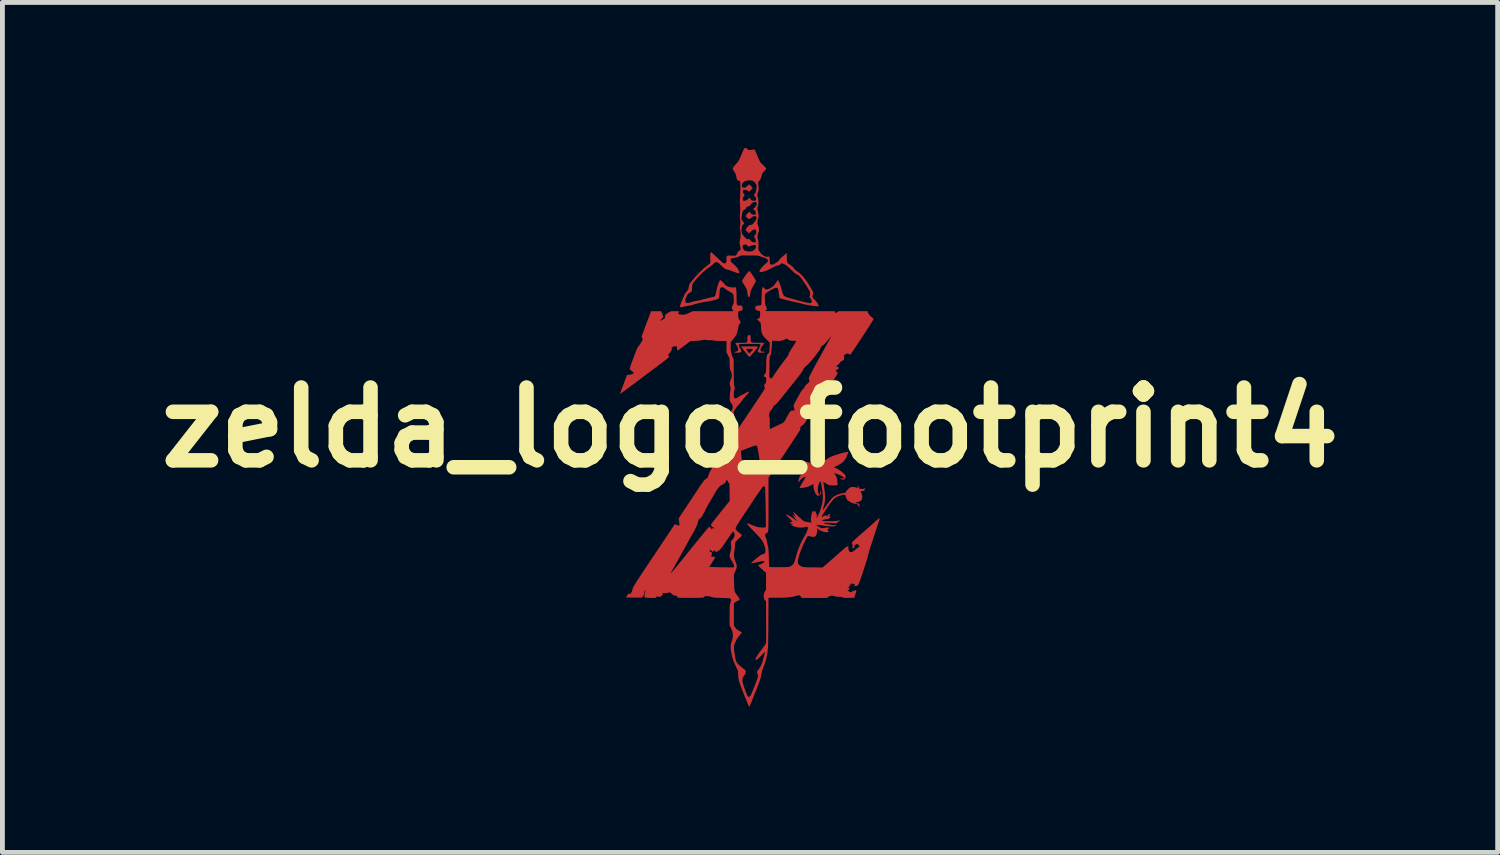
<source format=kicad_pcb>
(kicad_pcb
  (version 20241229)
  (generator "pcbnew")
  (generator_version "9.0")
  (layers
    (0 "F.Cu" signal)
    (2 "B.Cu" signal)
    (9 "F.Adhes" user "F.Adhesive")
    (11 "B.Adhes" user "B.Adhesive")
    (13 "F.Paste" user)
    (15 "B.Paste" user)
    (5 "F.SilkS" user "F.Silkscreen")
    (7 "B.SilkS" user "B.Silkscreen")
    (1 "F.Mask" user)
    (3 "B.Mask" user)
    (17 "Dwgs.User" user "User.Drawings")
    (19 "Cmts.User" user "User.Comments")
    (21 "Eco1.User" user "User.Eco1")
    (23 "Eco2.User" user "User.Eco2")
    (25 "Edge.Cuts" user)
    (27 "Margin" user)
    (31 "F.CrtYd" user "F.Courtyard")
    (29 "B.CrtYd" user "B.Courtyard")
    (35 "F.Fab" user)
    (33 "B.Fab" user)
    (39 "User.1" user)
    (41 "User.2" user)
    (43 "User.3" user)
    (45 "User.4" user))
  (footprint "zelda_logo_footprint4"
    (layer "F.Cu")
    (at 12.407 5.758)
    (property "Reference" "zelda_logo_footprint4" (at 0 0 0) (layer "F.SilkS") (effects (font (size 1.5 1.5) (thickness 0.3))))
    (attr board_only exclude_from_pos_files exclude_from_bom)
    (fp_poly (pts (xy -0.005 -3.216) (xy 0.008 -3.2) (xy 0.026 -3.176) (xy 0.046 -3.147) (xy 0.067 -3.116) (xy 0.086 -3.085) (xy 0.102 -3.057) (xy 0.114 -3.034) (xy 0.12 -3.018) (xy 0.121 -3.016) (xy 0.117 -3.006) (xy 0.107 -2.986) (xy 0.092 -2.959) (xy 0.074 -2.927) (xy 0.068 -2.918) (xy 0.046 -2.88) (xy 0.03 -2.851) (xy 0.02 -2.829) (xy 0.014 -2.808) (xy 0.01 -2.788) (xy 0.01 -2.785) (xy 0.004 -2.746) (xy -0.004 -2.714) (xy -0.012 -2.692) (xy -0.02 -2.681) (xy -0.022 -2.68) (xy -0.031 -2.686) (xy -0.04 -2.7) (xy -0.045 -2.717) (xy -0.05 -2.743) (xy -0.055 -2.773) (xy -0.055 -2.777) (xy -0.058 -2.801) (xy -0.061 -2.819) (xy -0.066 -2.836) (xy -0.073 -2.854) (xy -0.084 -2.875) (xy -0.101 -2.903) (xy -0.122 -2.938) (xy -0.139 -2.967) (xy -0.153 -2.993) (xy -0.162 -3.011) (xy -0.165 -3.02) (xy -0.16 -3.03) (xy -0.149 -3.049) (xy -0.133 -3.075) (xy -0.112 -3.105) (xy -0.109 -3.11) (xy -0.08 -3.15) (xy -0.058 -3.18) (xy -0.041 -3.2) (xy -0.029 -3.213) (xy -0.021 -3.22) (xy -0.014 -3.222) (xy -0.014 -3.222)) (stroke (width 0) (type solid)) (fill yes) (layer "F.Cu"))
    (fp_poly (pts (xy 0.115 -1.67) (xy 0.142 -1.669) (xy 0.159 -1.669) (xy 0.163 -1.668) (xy 0.16 -1.661) (xy 0.15 -1.644) (xy 0.134 -1.621) (xy 0.113 -1.594) (xy 0.089 -1.564) (xy 0.065 -1.534) (xy 0.041 -1.505) (xy 0.019 -1.481) (xy 0.002 -1.463) (xy -0.01 -1.453) (xy -0.012 -1.452) (xy -0.019 -1.457) (xy -0.033 -1.471) (xy -0.051 -1.492) (xy -0.068 -1.512) (xy -0.09 -1.54) (xy -0.11 -1.565) (xy -0.126 -1.585) (xy -0.132 -1.594) (xy -0.144 -1.613) (xy -0.077 -1.613) (xy -0.073 -1.603) (xy -0.064 -1.586) (xy -0.051 -1.566) (xy -0.037 -1.547) (xy -0.026 -1.532) (xy -0.019 -1.525) (xy -0.019 -1.525) (xy -0.012 -1.53) (xy 0.003 -1.543) (xy 0.021 -1.561) (xy 0.026 -1.565) (xy 0.046 -1.586) (xy 0.056 -1.6) (xy 0.059 -1.608) (xy 0.055 -1.613) (xy 0.043 -1.616) (xy 0.022 -1.619) (xy -0.004 -1.62) (xy -0.031 -1.62) (xy -0.054 -1.618) (xy -0.071 -1.616) (xy -0.077 -1.613) (xy -0.144 -1.613) (xy -0.146 -1.614) (xy -0.163 -1.637) (xy -0.167 -1.642) (xy -0.189 -1.667) (xy -0.015 -1.669) (xy 0.034 -1.67) (xy 0.078 -1.67)) (stroke (width 0) (type solid)) (fill yes) (layer "F.Cu"))
    (fp_poly (pts (xy -0.008 -1.902) (xy 0.001 -1.899) (xy 0.007 -1.894) (xy 0.01 -1.883) (xy 0.011 -1.863) (xy 0.011 -1.836) (xy 0.011 -1.805) (xy 0.013 -1.782) (xy 0.019 -1.766) (xy 0.03 -1.755) (xy 0.048 -1.749) (xy 0.075 -1.746) (xy 0.113 -1.744) (xy 0.163 -1.744) (xy 0.204 -1.744) (xy 0.24 -1.743) (xy 0.268 -1.742) (xy 0.286 -1.741) (xy 0.291 -1.74) (xy 0.29 -1.732) (xy 0.281 -1.717) (xy 0.272 -1.706) (xy 0.248 -1.675) (xy 0.231 -1.652) (xy 0.222 -1.634) (xy 0.217 -1.618) (xy 0.216 -1.601) (xy 0.216 -1.601) (xy 0.218 -1.58) (xy 0.225 -1.568) (xy 0.241 -1.563) (xy 0.268 -1.561) (xy 0.288 -1.56) (xy 0.296 -1.553) (xy 0.296 -1.55) (xy 0.293 -1.545) (xy 0.283 -1.541) (xy 0.263 -1.54) (xy 0.241 -1.54) (xy 0.2 -1.541) (xy 0.173 -1.547) (xy 0.16 -1.557) (xy 0.157 -1.565) (xy 0.16 -1.575) (xy 0.169 -1.595) (xy 0.181 -1.621) (xy 0.187 -1.634) (xy 0.2 -1.662) (xy 0.21 -1.686) (xy 0.214 -1.702) (xy 0.214 -1.706) (xy 0.213 -1.71) (xy 0.208 -1.713) (xy 0.199 -1.715) (xy 0.184 -1.717) (xy 0.161 -1.718) (xy 0.129 -1.719) (xy 0.086 -1.72) (xy 0.031 -1.72) (xy 0.006 -1.721) (xy -0.061 -1.721) (xy -0.115 -1.721) (xy -0.157 -1.72) (xy -0.188 -1.718) (xy -0.211 -1.715) (xy -0.225 -1.712) (xy -0.234 -1.706) (xy -0.237 -1.7) (xy -0.238 -1.696) (xy -0.234 -1.684) (xy -0.224 -1.664) (xy -0.21 -1.64) (xy -0.208 -1.637) (xy -0.19 -1.606) (xy -0.181 -1.583) (xy -0.18 -1.571) (xy -0.184 -1.558) (xy -0.193 -1.55) (xy -0.211 -1.544) (xy -0.238 -1.541) (xy -0.273 -1.54) (xy -0.302 -1.541) (xy -0.318 -1.543) (xy -0.324 -1.547) (xy -0.324 -1.549) (xy -0.315 -1.555) (xy -0.297 -1.562) (xy -0.285 -1.565) (xy -0.263 -1.571) (xy -0.252 -1.577) (xy -0.248 -1.588) (xy -0.246 -1.598) (xy -0.246 -1.62) (xy -0.25 -1.641) (xy -0.26 -1.664) (xy -0.277 -1.692) (xy -0.29 -1.714) (xy -0.298 -1.73) (xy -0.299 -1.738) (xy -0.291 -1.74) (xy -0.271 -1.742) (xy -0.241 -1.743) (xy -0.204 -1.744) (xy -0.183 -1.744) (xy -0.137 -1.744) (xy -0.103 -1.745) (xy -0.08 -1.749) (xy -0.066 -1.756) (xy -0.059 -1.768) (xy -0.055 -1.786) (xy -0.055 -1.811) (xy -0.055 -1.827) (xy -0.052 -1.865) (xy -0.045 -1.889) (xy -0.032 -1.902) (xy -0.012 -1.903)) (stroke (width 0) (type solid)) (fill yes) (layer "F.Cu"))
    (fp_poly (pts (xy -0.082 -5.756) (xy -0.064 -5.745) (xy -0.055 -5.737) (xy -0.042 -5.724) (xy -0.03 -5.718) (xy -0.015 -5.716) (xy 0.009 -5.718) (xy 0.013 -5.718) (xy 0.041 -5.721) (xy 0.065 -5.725) (xy 0.077 -5.727) (xy 0.085 -5.728) (xy 0.091 -5.726) (xy 0.098 -5.718) (xy 0.106 -5.702) (xy 0.117 -5.677) (xy 0.131 -5.645) (xy 0.153 -5.591) (xy 0.171 -5.549) (xy 0.185 -5.516) (xy 0.198 -5.491) (xy 0.21 -5.47) (xy 0.223 -5.453) (xy 0.238 -5.436) (xy 0.256 -5.418) (xy 0.271 -5.404) (xy 0.295 -5.38) (xy 0.315 -5.358) (xy 0.328 -5.341) (xy 0.333 -5.332) (xy 0.328 -5.321) (xy 0.315 -5.304) (xy 0.296 -5.284) (xy 0.293 -5.281) (xy 0.277 -5.265) (xy 0.265 -5.251) (xy 0.255 -5.236) (xy 0.248 -5.217) (xy 0.24 -5.19) (xy 0.23 -5.153) (xy 0.23 -5.15) (xy 0.213 -5.111) (xy 0.192 -5.086) (xy 0.175 -5.068) (xy 0.167 -5.054) (xy 0.166 -5.04) (xy 0.168 -5.022) (xy 0.174 -4.974) (xy 0.177 -4.938) (xy 0.178 -4.91) (xy 0.175 -4.888) (xy 0.17 -4.867) (xy 0.164 -4.852) (xy 0.15 -4.809) (xy 0.149 -4.77) (xy 0.16 -4.737) (xy 0.167 -4.715) (xy 0.171 -4.682) (xy 0.172 -4.644) (xy 0.17 -4.606) (xy 0.166 -4.573) (xy 0.16 -4.552) (xy 0.155 -4.538) (xy 0.152 -4.526) (xy 0.152 -4.51) (xy 0.155 -4.49) (xy 0.16 -4.46) (xy 0.164 -4.439) (xy 0.171 -4.403) (xy 0.175 -4.377) (xy 0.176 -4.358) (xy 0.175 -4.342) (xy 0.172 -4.325) (xy 0.168 -4.31) (xy 0.157 -4.264) (xy 0.152 -4.228) (xy 0.154 -4.197) (xy 0.162 -4.169) (xy 0.165 -4.161) (xy 0.18 -4.116) (xy 0.184 -4.074) (xy 0.178 -4.033) (xy 0.172 -4.015) (xy 0.159 -3.974) (xy 0.152 -3.941) (xy 0.153 -3.911) (xy 0.161 -3.88) (xy 0.161 -3.878) (xy 0.167 -3.857) (xy 0.171 -3.833) (xy 0.173 -3.802) (xy 0.173 -3.762) (xy 0.173 -3.743) (xy 0.172 -3.704) (xy 0.173 -3.677) (xy 0.174 -3.659) (xy 0.177 -3.647) (xy 0.181 -3.64) (xy 0.188 -3.634) (xy 0.204 -3.616) (xy 0.214 -3.6) (xy 0.227 -3.582) (xy 0.249 -3.562) (xy 0.278 -3.541) (xy 0.308 -3.523) (xy 0.309 -3.523) (xy 0.33 -3.516) (xy 0.351 -3.516) (xy 0.362 -3.519) (xy 0.38 -3.523) (xy 0.39 -3.521) (xy 0.396 -3.511) (xy 0.398 -3.505) (xy 0.402 -3.487) (xy 0.405 -3.46) (xy 0.406 -3.429) (xy 0.406 -3.425) (xy 0.406 -3.396) (xy 0.408 -3.378) (xy 0.411 -3.369) (xy 0.418 -3.363) (xy 0.425 -3.36) (xy 0.459 -3.353) (xy 0.487 -3.359) (xy 0.506 -3.373) (xy 0.525 -3.389) (xy 0.546 -3.4) (xy 0.547 -3.401) (xy 0.569 -3.414) (xy 0.593 -3.441) (xy 0.596 -3.445) (xy 0.616 -3.471) (xy 0.641 -3.497) (xy 0.654 -3.509) (xy 0.68 -3.53) (xy 0.708 -3.553) (xy 0.722 -3.566) (xy 0.757 -3.596) (xy 0.757 -3.52) (xy 0.757 -3.474) (xy 0.759 -3.441) (xy 0.762 -3.416) (xy 0.768 -3.398) (xy 0.779 -3.384) (xy 0.794 -3.371) (xy 0.815 -3.357) (xy 0.85 -3.333) (xy 0.875 -3.313) (xy 0.893 -3.295) (xy 0.905 -3.276) (xy 0.907 -3.273) (xy 0.918 -3.259) (xy 0.938 -3.241) (xy 0.964 -3.222) (xy 0.97 -3.218) (xy 1.029 -3.172) (xy 1.088 -3.113) (xy 1.146 -3.041) (xy 1.148 -3.038) (xy 1.17 -3.007) (xy 1.194 -2.971) (xy 1.218 -2.932) (xy 1.242 -2.893) (xy 1.263 -2.856) (xy 1.282 -2.823) (xy 1.296 -2.796) (xy 1.304 -2.778) (xy 1.305 -2.772) (xy 1.301 -2.755) (xy 1.294 -2.739) (xy 1.285 -2.717) (xy 1.284 -2.697) (xy 1.292 -2.676) (xy 1.311 -2.652) (xy 1.332 -2.631) (xy 1.356 -2.605) (xy 1.377 -2.577) (xy 1.395 -2.55) (xy 1.407 -2.526) (xy 1.413 -2.507) (xy 1.411 -2.498) (xy 1.4 -2.496) (xy 1.378 -2.496) (xy 1.346 -2.499) (xy 1.308 -2.503) (xy 1.266 -2.509) (xy 1.223 -2.516) (xy 1.181 -2.524) (xy 1.142 -2.531) (xy 1.11 -2.539) (xy 1.106 -2.54) (xy 1.068 -2.551) (xy 1.03 -2.56) (xy 0.997 -2.568) (xy 0.982 -2.571) (xy 0.957 -2.576) (xy 0.924 -2.583) (xy 0.884 -2.592) (xy 0.84 -2.603) (xy 0.794 -2.614) (xy 0.749 -2.625) (xy 0.706 -2.636) (xy 0.669 -2.646) (xy 0.638 -2.655) (xy 0.618 -2.661) (xy 0.609 -2.664) (xy 0.609 -2.664) (xy 0.606 -2.674) (xy 0.602 -2.694) (xy 0.597 -2.724) (xy 0.593 -2.759) (xy 0.592 -2.765) (xy 0.587 -2.808) (xy 0.581 -2.838) (xy 0.575 -2.859) (xy 0.566 -2.87) (xy 0.554 -2.876) (xy 0.537 -2.878) (xy 0.532 -2.878) (xy 0.516 -2.874) (xy 0.491 -2.863) (xy 0.46 -2.848) (xy 0.426 -2.829) (xy 0.391 -2.809) (xy 0.36 -2.788) (xy 0.335 -2.77) (xy 0.319 -2.756) (xy 0.312 -2.747) (xy 0.308 -2.738) (xy 0.305 -2.727) (xy 0.304 -2.709) (xy 0.304 -2.682) (xy 0.305 -2.644) (xy 0.305 -2.637) (xy 0.307 -2.595) (xy 0.309 -2.565) (xy 0.312 -2.542) (xy 0.317 -2.524) (xy 0.324 -2.507) (xy 0.328 -2.498) (xy 0.342 -2.465) (xy 0.347 -2.442) (xy 0.343 -2.426) (xy 0.33 -2.416) (xy 0.329 -2.416) (xy 0.315 -2.408) (xy 0.313 -2.402) (xy 0.324 -2.399) (xy 0.348 -2.398) (xy 0.375 -2.398) (xy 0.392 -2.398) (xy 0.422 -2.398) (xy 0.464 -2.398) (xy 0.518 -2.398) (xy 0.582 -2.398) (xy 0.654 -2.398) (xy 0.734 -2.397) (xy 0.82 -2.397) (xy 0.912 -2.397) (xy 1.008 -2.397) (xy 1.096 -2.396) (xy 1.753 -2.394) (xy 1.748 -2.376) (xy 1.749 -2.363) (xy 1.759 -2.359) (xy 1.778 -2.365) (xy 1.798 -2.377) (xy 1.825 -2.395) (xy 2.124 -2.395) (xy 2.423 -2.395) (xy 2.427 -2.371) (xy 2.438 -2.347) (xy 2.459 -2.318) (xy 2.49 -2.287) (xy 2.515 -2.266) (xy 2.544 -2.244) (xy 2.533 -2.212) (xy 2.528 -2.201) (xy 2.515 -2.18) (xy 2.496 -2.149) (xy 2.472 -2.11) (xy 2.443 -2.065) (xy 2.41 -2.014) (xy 2.375 -1.96) (xy 2.338 -1.903) (xy 2.3 -1.845) (xy 2.262 -1.787) (xy 2.225 -1.731) (xy 2.19 -1.678) (xy 2.157 -1.63) (xy 2.128 -1.587) (xy 2.104 -1.552) (xy 2.085 -1.525) (xy 2.073 -1.508) (xy 2.069 -1.503) (xy 2.061 -1.497) (xy 2.051 -1.501) (xy 2.042 -1.509) (xy 2.025 -1.521) (xy 2.008 -1.524) (xy 1.986 -1.517) (xy 1.965 -1.506) (xy 1.933 -1.487) (xy 1.938 -1.454) (xy 1.939 -1.418) (xy 1.93 -1.392) (xy 1.91 -1.375) (xy 1.897 -1.37) (xy 1.874 -1.359) (xy 1.854 -1.337) (xy 1.85 -1.331) (xy 1.832 -1.308) (xy 1.81 -1.288) (xy 1.802 -1.283) (xy 1.785 -1.271) (xy 1.775 -1.263) (xy 1.774 -1.261) (xy 1.78 -1.257) (xy 1.796 -1.251) (xy 1.801 -1.25) (xy 1.819 -1.244) (xy 1.827 -1.235) (xy 1.828 -1.226) (xy 1.825 -1.213) (xy 1.814 -1.202) (xy 1.794 -1.19) (xy 1.774 -1.18) (xy 1.762 -1.171) (xy 1.759 -1.167) (xy 1.765 -1.16) (xy 1.78 -1.152) (xy 1.781 -1.152) (xy 1.79 -1.148) (xy 1.797 -1.144) (xy 1.802 -1.139) (xy 1.804 -1.131) (xy 1.803 -1.121) (xy 1.798 -1.107) (xy 1.789 -1.088) (xy 1.775 -1.063) (xy 1.756 -1.032) (xy 1.732 -0.993) (xy 1.701 -0.946) (xy 1.664 -0.89) (xy 1.619 -0.823) (xy 1.567 -0.745) (xy 1.56 -0.734) (xy 1.502 -0.648) (xy 1.452 -0.573) (xy 1.408 -0.509) (xy 1.372 -0.457) (xy 1.342 -0.415) (xy 1.319 -0.383) (xy 1.302 -0.361) (xy 1.29 -0.347) (xy 1.285 -0.344) (xy 1.264 -0.323) (xy 1.254 -0.3) (xy 1.239 -0.26) (xy 1.221 -0.226) (xy 1.203 -0.205) (xy 1.192 -0.192) (xy 1.176 -0.17) (xy 1.16 -0.144) (xy 1.157 -0.139) (xy 1.136 -0.104) (xy 1.118 -0.078) (xy 1.099 -0.058) (xy 1.077 -0.04) (xy 1.066 -0.032) (xy 1.047 -0.018) (xy 1.038 -0.006) (xy 1.035 0.01) (xy 1.035 0.022) (xy 1.035 0.027) (xy 1.035 0.031) (xy 1.035 0.035) (xy 1.034 0.039) (xy 1.032 0.046) (xy 1.029 0.054) (xy 1.023 0.065) (xy 1.015 0.079) (xy 1.004 0.097) (xy 0.989 0.12) (xy 0.971 0.148) (xy 0.949 0.182) (xy 0.923 0.222) (xy 0.891 0.27) (xy 0.854 0.326) (xy 0.811 0.391) (xy 0.762 0.464) (xy 0.707 0.548) (xy 0.644 0.642) (xy 0.574 0.748) (xy 0.538 0.8) (xy 0.38 1.038) (xy 0.38 1.587) (xy 0.38 1.692) (xy 0.38 1.784) (xy 0.38 1.863) (xy 0.38 1.93) (xy 0.379 1.987) (xy 0.379 2.034) (xy 0.377 2.072) (xy 0.376 2.102) (xy 0.373 2.126) (xy 0.37 2.144) (xy 0.367 2.157) (xy 0.362 2.165) (xy 0.357 2.172) (xy 0.351 2.176) (xy 0.344 2.179) (xy 0.335 2.182) (xy 0.333 2.183) (xy 0.319 2.191) (xy 0.312 2.202) (xy 0.311 2.222) (xy 0.315 2.249) (xy 0.325 2.274) (xy 0.325 2.274) (xy 0.334 2.294) (xy 0.342 2.321) (xy 0.347 2.349) (xy 0.352 2.378) (xy 0.357 2.403) (xy 0.361 2.419) (xy 0.368 2.442) (xy 0.374 2.47) (xy 0.379 2.507) (xy 0.382 2.553) (xy 0.385 2.61) (xy 0.388 2.679) (xy 0.388 2.699) (xy 0.389 2.748) (xy 0.391 2.792) (xy 0.392 2.828) (xy 0.393 2.856) (xy 0.394 2.873) (xy 0.395 2.876) (xy 0.402 2.877) (xy 0.423 2.878) (xy 0.454 2.879) (xy 0.494 2.879) (xy 0.541 2.88) (xy 0.59 2.88) (xy 0.65 2.881) (xy 0.697 2.88) (xy 0.733 2.88) (xy 0.761 2.879) (xy 0.782 2.877) (xy 0.799 2.874) (xy 0.813 2.871) (xy 0.82 2.868) (xy 0.861 2.847) (xy 0.894 2.814) (xy 0.915 2.774) (xy 0.917 2.764) (xy 0.947 2.66) (xy 0.975 2.567) (xy 1.005 2.484) (xy 1.036 2.409) (xy 1.07 2.338) (xy 1.107 2.27) (xy 1.117 2.253) (xy 1.138 2.216) (xy 1.158 2.176) (xy 1.174 2.139) (xy 1.181 2.12) (xy 1.192 2.085) (xy 1.196 2.062) (xy 1.192 2.05) (xy 1.178 2.046) (xy 1.154 2.05) (xy 1.134 2.055) (xy 1.075 2.065) (xy 1.013 2.064) (xy 0.95 2.054) (xy 0.892 2.036) (xy 0.861 2.02) (xy 0.834 2.004) (xy 0.858 2.002) (xy 0.876 1.998) (xy 0.88 1.993) (xy 0.87 1.987) (xy 0.847 1.981) (xy 0.847 1.981) (xy 0.823 1.975) (xy 0.812 1.968) (xy 0.814 1.961) (xy 0.831 1.955) (xy 0.838 1.954) (xy 0.858 1.951) (xy 0.871 1.947) (xy 0.872 1.946) (xy 0.869 1.939) (xy 0.857 1.925) (xy 0.838 1.904) (xy 0.814 1.878) (xy 0.804 1.869) (xy 0.779 1.842) (xy 0.758 1.82) (xy 0.743 1.803) (xy 0.736 1.793) (xy 0.736 1.792) (xy 0.744 1.793) (xy 0.762 1.8) (xy 0.787 1.812) (xy 0.815 1.827) (xy 0.844 1.844) (xy 0.871 1.86) (xy 0.892 1.874) (xy 0.917 1.892) (xy 0.941 1.91) (xy 0.954 1.919) (xy 0.966 1.928) (xy 0.972 1.931) (xy 0.972 1.928) (xy 0.964 1.918) (xy 0.949 1.899) (xy 0.926 1.871) (xy 0.912 1.855) (xy 0.893 1.831) (xy 0.879 1.812) (xy 0.871 1.8) (xy 0.87 1.797) (xy 0.877 1.799) (xy 0.891 1.81) (xy 0.903 1.82) (xy 0.92 1.835) (xy 0.932 1.844) (xy 0.936 1.847) (xy 0.935 1.841) (xy 0.928 1.825) (xy 0.917 1.802) (xy 0.914 1.795) (xy 0.902 1.77) (xy 0.894 1.751) (xy 0.891 1.74) (xy 0.891 1.739) (xy 0.897 1.743) (xy 0.912 1.755) (xy 0.934 1.775) (xy 0.961 1.8) (xy 0.99 1.827) (xy 1.022 1.857) (xy 1.052 1.885) (xy 1.078 1.908) (xy 1.097 1.923) (xy 1.107 1.93) (xy 1.125 1.937) (xy 1.153 1.944) (xy 1.183 1.949) (xy 1.212 1.953) (xy 1.239 1.957) (xy 1.258 1.96) (xy 1.258 1.96) (xy 1.272 1.963) (xy 1.274 1.96) (xy 1.266 1.953) (xy 1.26 1.947) (xy 1.256 1.937) (xy 1.254 1.922) (xy 1.255 1.898) (xy 1.256 1.871) (xy 1.262 1.813) (xy 1.272 1.768) (xy 1.276 1.757) (xy 1.287 1.731) (xy 1.296 1.718) (xy 1.302 1.718) (xy 1.308 1.731) (xy 1.309 1.735) (xy 1.314 1.755) (xy 1.325 1.734) (xy 1.337 1.712) (xy 1.358 1.759) (xy 1.37 1.789) (xy 1.376 1.812) (xy 1.376 1.833) (xy 1.376 1.838) (xy 1.374 1.856) (xy 1.374 1.867) (xy 1.375 1.869) (xy 1.379 1.862) (xy 1.388 1.845) (xy 1.401 1.818) (xy 1.415 1.786) (xy 1.43 1.75) (xy 1.442 1.72) (xy 1.475 1.617) (xy 1.495 1.517) (xy 1.501 1.42) (xy 1.493 1.324) (xy 1.493 1.324) (xy 1.482 1.258) (xy 1.474 1.206) (xy 1.467 1.167) (xy 1.461 1.138) (xy 1.455 1.121) (xy 1.45 1.113) (xy 1.444 1.113) (xy 1.438 1.122) (xy 1.43 1.136) (xy 1.421 1.157) (xy 1.418 1.163) (xy 1.405 1.203) (xy 1.398 1.247) (xy 1.396 1.293) (xy 1.401 1.334) (xy 1.412 1.367) (xy 1.413 1.368) (xy 1.428 1.397) (xy 1.436 1.379) (xy 1.442 1.359) (xy 1.448 1.335) (xy 1.449 1.331) (xy 1.454 1.302) (xy 1.461 1.329) (xy 1.463 1.36) (xy 1.453 1.384) (xy 1.431 1.4) (xy 1.42 1.404) (xy 1.399 1.407) (xy 1.383 1.404) (xy 1.369 1.392) (xy 1.354 1.369) (xy 1.344 1.352) (xy 1.329 1.318) (xy 1.317 1.279) (xy 1.309 1.24) (xy 1.307 1.205) (xy 1.308 1.187) (xy 1.31 1.173) (xy 1.308 1.168) (xy 1.307 1.168) (xy 1.298 1.172) (xy 1.281 1.181) (xy 1.257 1.194) (xy 1.255 1.194) (xy 1.21 1.215) (xy 1.159 1.231) (xy 1.108 1.242) (xy 1.063 1.247) (xy 1.059 1.247) (xy 1.038 1.246) (xy 1.023 1.245) (xy 1.02 1.243) (xy 1.024 1.233) (xy 1.035 1.212) (xy 1.054 1.18) (xy 1.078 1.138) (xy 1.109 1.087) (xy 1.113 1.079) (xy 1.128 1.055) (xy 1.139 1.035) (xy 1.144 1.022) (xy 1.145 1.021) (xy 1.139 1.018) (xy 1.125 1.022) (xy 1.105 1.031) (xy 1.083 1.044) (xy 1.061 1.06) (xy 1.059 1.061) (xy 1.04 1.08) (xy 1.024 1.099) (xy 1.019 1.108) (xy 1.009 1.126) (xy 1.002 1.129) (xy 0.998 1.119) (xy 0.997 1.096) (xy 0.998 1.086) (xy 1.005 1.057) (xy 1.02 1.024) (xy 1.04 0.991) (xy 1.064 0.964) (xy 1.064 0.963) (xy 1.095 0.933) (xy 1.067 0.929) (xy 1.047 0.923) (xy 1.019 0.913) (xy 0.989 0.9) (xy 0.978 0.895) (xy 0.946 0.878) (xy 0.918 0.86) (xy 0.888 0.836) (xy 0.854 0.804) (xy 0.85 0.801) (xy 0.819 0.77) (xy 0.799 0.748) (xy 0.79 0.734) (xy 0.79 0.729) (xy 0.801 0.725) (xy 0.823 0.72) (xy 0.855 0.715) (xy 0.893 0.711) (xy 0.934 0.706) (xy 0.976 0.702) (xy 1.015 0.7) (xy 1.05 0.699) (xy 1.058 0.698) (xy 1.127 0.702) (xy 1.184 0.713) (xy 1.215 0.722) (xy 1.247 0.734) (xy 1.274 0.747) (xy 1.294 0.76) (xy 1.305 0.77) (xy 1.305 0.772) (xy 1.31 0.778) (xy 1.322 0.777) (xy 1.334 0.769) (xy 1.335 0.767) (xy 1.341 0.758) (xy 1.336 0.749) (xy 1.326 0.739) (xy 1.315 0.729) (xy 1.307 0.714) (xy 1.301 0.692) (xy 1.297 0.668) (xy 1.293 0.629) (xy 1.295 0.589) (xy 1.302 0.545) (xy 1.314 0.496) (xy 1.334 0.438) (xy 1.357 0.378) (xy 1.371 0.34) (xy 1.384 0.307) (xy 1.394 0.281) (xy 1.399 0.265) (xy 1.401 0.26) (xy 1.405 0.253) (xy 1.407 0.252) (xy 1.414 0.258) (xy 1.426 0.274) (xy 1.443 0.297) (xy 1.462 0.326) (xy 1.482 0.356) (xy 1.501 0.386) (xy 1.517 0.414) (xy 1.528 0.436) (xy 1.529 0.438) (xy 1.537 0.457) (xy 1.543 0.472) (xy 1.546 0.489) (xy 1.547 0.51) (xy 1.546 0.539) (xy 1.545 0.575) (xy 1.543 0.618) (xy 1.544 0.648) (xy 1.547 0.666) (xy 1.553 0.673) (xy 1.564 0.67) (xy 1.578 0.66) (xy 1.585 0.654) (xy 1.619 0.63) (xy 1.666 0.605) (xy 1.729 0.58) (xy 1.79 0.56) (xy 1.83 0.547) (xy 1.872 0.535) (xy 1.914 0.525) (xy 1.952 0.515) (xy 1.985 0.508) (xy 2.009 0.503) (xy 2.023 0.502) (xy 2.026 0.502) (xy 2.025 0.511) (xy 2.02 0.529) (xy 2.01 0.554) (xy 1.998 0.583) (xy 1.985 0.611) (xy 1.973 0.637) (xy 1.963 0.655) (xy 1.927 0.701) (xy 1.878 0.742) (xy 1.816 0.779) (xy 1.799 0.787) (xy 1.763 0.805) (xy 1.74 0.817) (xy 1.73 0.826) (xy 1.733 0.83) (xy 1.739 0.83) (xy 1.76 0.835) (xy 1.788 0.848) (xy 1.821 0.867) (xy 1.856 0.89) (xy 1.891 0.915) (xy 1.922 0.941) (xy 1.946 0.964) (xy 1.962 0.984) (xy 1.965 0.99) (xy 1.969 1.017) (xy 1.964 1.044) (xy 1.95 1.065) (xy 1.945 1.069) (xy 1.931 1.076) (xy 1.917 1.077) (xy 1.896 1.072) (xy 1.894 1.071) (xy 1.871 1.064) (xy 1.859 1.057) (xy 1.857 1.051) (xy 1.868 1.049) (xy 1.873 1.05) (xy 1.905 1.051) (xy 1.928 1.049) (xy 1.941 1.045) (xy 1.942 1.043) (xy 1.935 1.033) (xy 1.918 1.019) (xy 1.893 1.004) (xy 1.862 0.988) (xy 1.829 0.973) (xy 1.797 0.961) (xy 1.768 0.951) (xy 1.746 0.947) (xy 1.743 0.947) (xy 1.733 0.948) (xy 1.732 0.952) (xy 1.741 0.962) (xy 1.746 0.967) (xy 1.769 0.997) (xy 1.785 1.029) (xy 1.795 1.069) (xy 1.8 1.117) (xy 1.805 1.186) (xy 1.781 1.191) (xy 1.751 1.195) (xy 1.715 1.196) (xy 1.677 1.195) (xy 1.644 1.191) (xy 1.619 1.186) (xy 1.615 1.185) (xy 1.594 1.174) (xy 1.569 1.158) (xy 1.549 1.144) (xy 1.53 1.13) (xy 1.516 1.122) (xy 1.51 1.122) (xy 1.51 1.122) (xy 1.511 1.131) (xy 1.514 1.152) (xy 1.519 1.182) (xy 1.525 1.219) (xy 1.528 1.245) (xy 1.54 1.327) (xy 1.546 1.399) (xy 1.546 1.464) (xy 1.541 1.524) (xy 1.53 1.583) (xy 1.513 1.644) (xy 1.509 1.655) (xy 1.502 1.679) (xy 1.498 1.697) (xy 1.498 1.705) (xy 1.503 1.701) (xy 1.515 1.688) (xy 1.529 1.67) (xy 1.576 1.605) (xy 1.615 1.552) (xy 1.648 1.509) (xy 1.676 1.475) (xy 1.698 1.45) (xy 1.717 1.433) (xy 1.727 1.424) (xy 1.787 1.392) (xy 1.854 1.368) (xy 1.913 1.355) (xy 1.945 1.349) (xy 1.964 1.344) (xy 1.974 1.337) (xy 1.975 1.334) (xy 1.985 1.315) (xy 2.003 1.291) (xy 2.025 1.267) (xy 2.048 1.248) (xy 2.056 1.242) (xy 2.081 1.231) (xy 2.109 1.226) (xy 2.142 1.228) (xy 2.179 1.236) (xy 2.203 1.241) (xy 2.219 1.243) (xy 2.226 1.243) (xy 2.225 1.236) (xy 2.222 1.219) (xy 2.221 1.214) (xy 2.217 1.198) (xy 2.218 1.192) (xy 2.224 1.196) (xy 2.232 1.209) (xy 2.238 1.229) (xy 2.239 1.233) (xy 2.243 1.251) (xy 2.25 1.26) (xy 2.266 1.264) (xy 2.275 1.266) (xy 2.315 1.268) (xy 2.352 1.263) (xy 2.369 1.258) (xy 2.377 1.255) (xy 2.378 1.259) (xy 2.372 1.272) (xy 2.37 1.275) (xy 2.353 1.298) (xy 2.331 1.31) (xy 2.304 1.313) (xy 2.287 1.314) (xy 2.28 1.317) (xy 2.28 1.318) (xy 2.302 1.37) (xy 2.312 1.416) (xy 2.311 1.459) (xy 2.308 1.472) (xy 2.297 1.497) (xy 2.28 1.515) (xy 2.252 1.528) (xy 2.213 1.539) (xy 2.207 1.54) (xy 2.181 1.546) (xy 2.17 1.551) (xy 2.174 1.556) (xy 2.192 1.561) (xy 2.209 1.565) (xy 2.23 1.57) (xy 2.245 1.576) (xy 2.247 1.578) (xy 2.254 1.591) (xy 2.256 1.611) (xy 2.253 1.632) (xy 2.249 1.642) (xy 2.244 1.647) (xy 2.242 1.639) (xy 2.242 1.634) (xy 2.236 1.609) (xy 2.22 1.591) (xy 2.191 1.579) (xy 2.169 1.575) (xy 2.131 1.566) (xy 2.09 1.55) (xy 2.05 1.53) (xy 2.018 1.507) (xy 2.002 1.492) (xy 1.986 1.467) (xy 1.974 1.434) (xy 1.972 1.428) (xy 1.964 1.4) (xy 1.955 1.387) (xy 1.952 1.386) (xy 1.93 1.388) (xy 1.899 1.394) (xy 1.864 1.403) (xy 1.831 1.413) (xy 1.804 1.422) (xy 1.795 1.426) (xy 1.77 1.44) (xy 1.748 1.456) (xy 1.727 1.475) (xy 1.704 1.5) (xy 1.676 1.534) (xy 1.654 1.564) (xy 1.632 1.594) (xy 1.608 1.628) (xy 1.582 1.666) (xy 1.556 1.705) (xy 1.532 1.742) (xy 1.51 1.777) (xy 1.492 1.806) (xy 1.48 1.827) (xy 1.474 1.84) (xy 1.474 1.841) (xy 1.48 1.844) (xy 1.497 1.84) (xy 1.526 1.827) (xy 1.542 1.82) (xy 1.562 1.81) (xy 1.572 1.806) (xy 1.575 1.809) (xy 1.573 1.817) (xy 1.57 1.828) (xy 1.574 1.831) (xy 1.584 1.825) (xy 1.604 1.81) (xy 1.613 1.802) (xy 1.632 1.787) (xy 1.647 1.777) (xy 1.653 1.775) (xy 1.653 1.784) (xy 1.647 1.8) (xy 1.642 1.809) (xy 1.632 1.83) (xy 1.628 1.841) (xy 1.632 1.844) (xy 1.644 1.84) (xy 1.646 1.839) (xy 1.66 1.836) (xy 1.662 1.841) (xy 1.654 1.855) (xy 1.65 1.858) (xy 1.634 1.874) (xy 1.614 1.884) (xy 1.585 1.891) (xy 1.567 1.893) (xy 1.536 1.898) (xy 1.51 1.905) (xy 1.493 1.913) (xy 1.488 1.92) (xy 1.495 1.925) (xy 1.514 1.928) (xy 1.543 1.931) (xy 1.579 1.932) (xy 1.62 1.933) (xy 1.662 1.933) (xy 1.705 1.932) (xy 1.745 1.93) (xy 1.781 1.927) (xy 1.808 1.923) (xy 1.823 1.919) (xy 1.843 1.914) (xy 1.851 1.915) (xy 1.846 1.923) (xy 1.829 1.936) (xy 1.822 1.94) (xy 1.802 1.954) (xy 1.792 1.966) (xy 1.792 1.97) (xy 1.791 1.975) (xy 1.783 1.978) (xy 1.763 1.977) (xy 1.75 1.976) (xy 1.694 1.971) (xy 1.644 1.968) (xy 1.6 1.966) (xy 1.564 1.966) (xy 1.54 1.968) (xy 1.532 1.969) (xy 1.522 1.974) (xy 1.521 1.978) (xy 1.533 1.982) (xy 1.543 1.985) (xy 1.57 1.991) (xy 1.605 1.998) (xy 1.645 2.004) (xy 1.684 2.01) (xy 1.719 2.014) (xy 1.742 2.015) (xy 1.762 2.016) (xy 1.775 2.02) (xy 1.777 2.022) (xy 1.775 2.029) (xy 1.761 2.035) (xy 1.736 2.038) (xy 1.702 2.04) (xy 1.661 2.039) (xy 1.616 2.037) (xy 1.567 2.033) (xy 1.517 2.026) (xy 1.492 2.022) (xy 1.454 2.016) (xy 1.42 2.012) (xy 1.394 2.01) (xy 1.378 2.01) (xy 1.375 2.01) (xy 1.367 2.014) (xy 1.37 2.02) (xy 1.384 2.029) (xy 1.385 2.03) (xy 1.406 2.042) (xy 1.432 2.056) (xy 1.444 2.063) (xy 1.462 2.072) (xy 1.475 2.076) (xy 1.49 2.077) (xy 1.511 2.075) (xy 1.536 2.07) (xy 1.574 2.064) (xy 1.602 2.063) (xy 1.62 2.066) (xy 1.627 2.073) (xy 1.62 2.084) (xy 1.609 2.092) (xy 1.591 2.104) (xy 1.606 2.126) (xy 1.616 2.142) (xy 1.616 2.15) (xy 1.612 2.154) (xy 1.591 2.16) (xy 1.561 2.16) (xy 1.525 2.153) (xy 1.487 2.141) (xy 1.449 2.125) (xy 1.416 2.106) (xy 1.416 2.106) (xy 1.379 2.081) (xy 1.383 2.112) (xy 1.383 2.144) (xy 1.377 2.179) (xy 1.366 2.212) (xy 1.352 2.237) (xy 1.349 2.24) (xy 1.332 2.252) (xy 1.309 2.256) (xy 1.276 2.253) (xy 1.237 2.245) (xy 1.221 2.24) (xy 1.208 2.238) (xy 1.197 2.238) (xy 1.187 2.244) (xy 1.177 2.256) (xy 1.166 2.275) (xy 1.151 2.304) (xy 1.131 2.344) (xy 1.119 2.37) (xy 1.088 2.435) (xy 1.06 2.502) (xy 1.035 2.566) (xy 1.015 2.627) (xy 1 2.682) (xy 0.989 2.729) (xy 0.985 2.766) (xy 0.986 2.781) (xy 0.993 2.811) (xy 1.01 2.834) (xy 1.038 2.854) (xy 1.059 2.864) (xy 1.071 2.869) (xy 1.083 2.873) (xy 1.097 2.876) (xy 1.115 2.879) (xy 1.139 2.88) (xy 1.17 2.882) (xy 1.212 2.883) (xy 1.265 2.883) (xy 1.295 2.884) (xy 1.493 2.887) (xy 1.529 2.858) (xy 1.553 2.838) (xy 1.582 2.813) (xy 1.609 2.789) (xy 1.609 2.789) (xy 1.624 2.776) (xy 1.647 2.755) (xy 1.678 2.727) (xy 1.715 2.695) (xy 1.755 2.66) (xy 1.797 2.623) (xy 1.839 2.586) (xy 1.879 2.552) (xy 1.915 2.52) (xy 1.945 2.493) (xy 1.968 2.474) (xy 1.975 2.468) (xy 1.993 2.457) (xy 2.01 2.451) (xy 2.023 2.448) (xy 2.028 2.453) (xy 2.026 2.468) (xy 2.026 2.47) (xy 2.026 2.491) (xy 2.03 2.517) (xy 2.038 2.541) (xy 2.048 2.56) (xy 2.053 2.565) (xy 2.075 2.571) (xy 2.102 2.566) (xy 2.134 2.548) (xy 2.173 2.518) (xy 2.184 2.508) (xy 2.206 2.489) (xy 2.226 2.475) (xy 2.24 2.469) (xy 2.242 2.468) (xy 2.252 2.467) (xy 2.255 2.463) (xy 2.251 2.451) (xy 2.24 2.43) (xy 2.229 2.413) (xy 2.219 2.405) (xy 2.206 2.405) (xy 2.202 2.406) (xy 2.172 2.415) (xy 2.155 2.43) (xy 2.147 2.453) (xy 2.147 2.465) (xy 2.147 2.498) (xy 2.124 2.486) (xy 2.109 2.476) (xy 2.106 2.465) (xy 2.107 2.462) (xy 2.114 2.439) (xy 2.114 2.422) (xy 2.107 2.404) (xy 2.099 2.387) (xy 2.095 2.375) (xy 2.095 2.374) (xy 2.101 2.367) (xy 2.117 2.351) (xy 2.143 2.327) (xy 2.178 2.295) (xy 2.221 2.256) (xy 2.273 2.21) (xy 2.296 2.19) (xy 2.308 2.179) (xy 2.329 2.161) (xy 2.357 2.136) (xy 2.391 2.107) (xy 2.427 2.075) (xy 2.443 2.062) (xy 2.479 2.03) (xy 2.511 2.002) (xy 2.538 1.978) (xy 2.558 1.961) (xy 2.569 1.95) (xy 2.571 1.949) (xy 2.58 1.939) (xy 2.596 1.924) (xy 2.616 1.907) (xy 2.637 1.891) (xy 2.654 1.877) (xy 2.665 1.869) (xy 2.667 1.869) (xy 2.671 1.874) (xy 2.669 1.885) (xy 2.664 1.9) (xy 2.656 1.928) (xy 2.644 1.965) (xy 2.629 2.011) (xy 2.612 2.063) (xy 2.594 2.119) (xy 2.575 2.178) (xy 2.556 2.238) (xy 2.537 2.296) (xy 2.519 2.352) (xy 2.502 2.402) (xy 2.488 2.445) (xy 2.477 2.48) (xy 2.472 2.494) (xy 2.459 2.535) (xy 2.448 2.573) (xy 2.439 2.605) (xy 2.434 2.628) (xy 2.433 2.637) (xy 2.43 2.649) (xy 2.424 2.673) (xy 2.414 2.709) (xy 2.4 2.753) (xy 2.384 2.805) (xy 2.365 2.862) (xy 2.345 2.924) (xy 2.334 2.955) (xy 2.31 3.027) (xy 2.29 3.088) (xy 2.273 3.136) (xy 2.259 3.175) (xy 2.248 3.205) (xy 2.237 3.227) (xy 2.228 3.243) (xy 2.219 3.253) (xy 2.21 3.26) (xy 2.2 3.264) (xy 2.188 3.267) (xy 2.174 3.269) (xy 2.173 3.27) (xy 2.155 3.272) (xy 2.149 3.271) (xy 2.151 3.263) (xy 2.153 3.26) (xy 2.16 3.244) (xy 2.157 3.234) (xy 2.144 3.226) (xy 2.128 3.222) (xy 2.108 3.217) (xy 2.093 3.218) (xy 2.08 3.226) (xy 2.065 3.243) (xy 2.05 3.264) (xy 2.028 3.296) (xy 2.043 3.317) (xy 2.053 3.333) (xy 2.051 3.342) (xy 2.036 3.346) (xy 2.028 3.346) (xy 2.013 3.347) (xy 2.008 3.35) (xy 2.013 3.358) (xy 2.026 3.37) (xy 2.041 3.383) (xy 2.056 3.393) (xy 2.063 3.397) (xy 2.074 3.394) (xy 2.093 3.386) (xy 2.118 3.376) (xy 2.12 3.375) (xy 2.146 3.364) (xy 2.168 3.357) (xy 2.182 3.354) (xy 2.182 3.355) (xy 2.188 3.356) (xy 2.191 3.361) (xy 2.19 3.371) (xy 2.186 3.388) (xy 2.178 3.416) (xy 2.172 3.434) (xy 2.148 3.511) (xy 2.037 3.513) (xy 1.993 3.513) (xy 1.961 3.513) (xy 1.939 3.512) (xy 1.924 3.51) (xy 1.913 3.506) (xy 1.906 3.502) (xy 1.89 3.495) (xy 1.869 3.491) (xy 1.837 3.491) (xy 1.836 3.491) (xy 1.789 3.49) (xy 1.747 3.48) (xy 1.742 3.478) (xy 1.715 3.47) (xy 1.694 3.467) (xy 1.672 3.469) (xy 1.661 3.471) (xy 1.635 3.479) (xy 1.612 3.491) (xy 1.605 3.497) (xy 1.586 3.514) (xy 1.325 3.514) (xy 1.064 3.514) (xy 1.056 3.497) (xy 1.044 3.481) (xy 1.027 3.468) (xy 1.017 3.462) (xy 1.007 3.46) (xy 0.993 3.461) (xy 0.973 3.465) (xy 0.942 3.473) (xy 0.938 3.474) (xy 0.895 3.486) (xy 0.852 3.494) (xy 0.806 3.501) (xy 0.757 3.505) (xy 0.7 3.508) (xy 0.633 3.51) (xy 0.559 3.51) (xy 0.38 3.51) (xy 0.378 3.971) (xy 0.377 4.055) (xy 0.377 4.138) (xy 0.376 4.217) (xy 0.375 4.292) (xy 0.374 4.36) (xy 0.373 4.42) (xy 0.372 4.47) (xy 0.371 4.509) (xy 0.369 4.534) (xy 0.362 4.61) (xy 0.35 4.689) (xy 0.332 4.769) (xy 0.312 4.844) (xy 0.288 4.913) (xy 0.264 4.969) (xy 0.25 5.007) (xy 0.24 5.054) (xy 0.238 5.066) (xy 0.234 5.093) (xy 0.229 5.121) (xy 0.222 5.151) (xy 0.211 5.185) (xy 0.198 5.226) (xy 0.18 5.274) (xy 0.158 5.332) (xy 0.134 5.394) (xy 0.113 5.446) (xy 0.091 5.502) (xy 0.069 5.558) (xy 0.049 5.608) (xy 0.033 5.649) (xy 0.033 5.649) (xy 0.018 5.686) (xy 0.004 5.717) (xy -0.007 5.741) (xy -0.014 5.755) (xy -0.016 5.758) (xy -0.021 5.752) (xy -0.03 5.734) (xy -0.043 5.706) (xy -0.058 5.669) (xy -0.077 5.625) (xy -0.096 5.576) (xy -0.101 5.564) (xy -0.132 5.486) (xy -0.158 5.42) (xy -0.179 5.365) (xy -0.197 5.319) (xy -0.21 5.281) (xy -0.221 5.249) (xy -0.229 5.221) (xy -0.235 5.197) (xy -0.238 5.174) (xy -0.241 5.152) (xy -0.243 5.129) (xy -0.245 5.105) (xy -0.25 5.01) (xy -0.29 4.929) (xy -0.322 4.861) (xy -0.347 4.795) (xy -0.368 4.725) (xy -0.384 4.651) (xy -0.394 4.589) (xy -0.399 4.538) (xy -0.399 4.494) (xy -0.392 4.455) (xy -0.381 4.419) (xy -0.361 4.354) (xy -0.353 4.294) (xy -0.357 4.236) (xy -0.374 4.177) (xy -0.391 4.139) (xy -0.421 4.08) (xy -0.421 3.871) (xy -0.42 3.805) (xy -0.42 3.753) (xy -0.419 3.711) (xy -0.417 3.68) (xy -0.415 3.657) (xy -0.412 3.641) (xy -0.41 3.633) (xy -0.402 3.605) (xy -0.396 3.576) (xy -0.395 3.57) (xy -0.393 3.555) (xy -0.394 3.543) (xy -0.399 3.534) (xy -0.41 3.528) (xy -0.428 3.523) (xy -0.454 3.52) (xy -0.491 3.517) (xy -0.54 3.515) (xy -0.589 3.514) (xy -0.644 3.512) (xy -0.686 3.511) (xy -0.718 3.509) (xy -0.743 3.506) (xy -0.762 3.503) (xy -0.778 3.499) (xy -0.793 3.494) (xy -0.795 3.493) (xy -0.828 3.483) (xy -0.859 3.478) (xy -0.868 3.478) (xy -0.891 3.478) (xy -0.911 3.476) (xy -0.914 3.475) (xy -0.928 3.475) (xy -0.936 3.487) (xy -0.95 3.501) (xy -0.969 3.508) (xy -0.982 3.51) (xy -1.008 3.511) (xy -1.045 3.512) (xy -1.091 3.513) (xy -1.144 3.513) (xy -1.201 3.513) (xy -1.245 3.513) (xy -1.317 3.513) (xy -1.376 3.513) (xy -1.422 3.512) (xy -1.457 3.51) (xy -1.481 3.508) (xy -1.496 3.506) (xy -1.503 3.502) (xy -1.502 3.498) (xy -1.496 3.492) (xy -1.495 3.492) (xy -1.494 3.486) (xy -1.502 3.478) (xy -1.517 3.471) (xy -1.535 3.466) (xy -1.551 3.465) (xy -1.553 3.465) (xy -1.566 3.466) (xy -1.579 3.46) (xy -1.596 3.446) (xy -1.61 3.432) (xy -1.63 3.413) (xy -1.643 3.403) (xy -1.654 3.4) (xy -1.666 3.401) (xy -1.672 3.403) (xy -1.705 3.411) (xy -1.738 3.416) (xy -1.766 3.416) (xy -1.786 3.413) (xy -1.788 3.412) (xy -1.799 3.407) (xy -1.801 3.413) (xy -1.799 3.422) (xy -1.798 3.436) (xy -1.805 3.45) (xy -1.82 3.467) (xy -1.836 3.482) (xy -1.848 3.489) (xy -1.863 3.491) (xy -1.886 3.489) (xy -1.89 3.489) (xy -1.914 3.486) (xy -1.927 3.487) (xy -1.934 3.492) (xy -1.936 3.499) (xy -1.939 3.506) (xy -1.945 3.51) (xy -1.956 3.513) (xy -1.976 3.514) (xy -2.007 3.514) (xy -2.02 3.514) (xy -2.057 3.514) (xy -2.094 3.512) (xy -2.125 3.511) (xy -2.138 3.509) (xy -2.178 3.505) (xy -2.173 3.462) (xy -2.169 3.435) (xy -2.165 3.414) (xy -2.161 3.404) (xy -2.158 3.388) (xy -2.164 3.37) (xy -2.171 3.359) (xy -2.174 3.357) (xy -2.175 3.367) (xy -2.175 3.388) (xy -2.179 3.428) (xy -2.191 3.46) (xy -2.211 3.487) (xy -2.23 3.507) (xy -2.393 3.507) (xy -2.44 3.507) (xy -2.482 3.506) (xy -2.516 3.506) (xy -2.541 3.505) (xy -2.554 3.504) (xy -2.556 3.503) (xy -2.552 3.495) (xy -2.543 3.479) (xy -2.532 3.463) (xy -2.518 3.442) (xy -2.508 3.431) (xy -2.497 3.428) (xy -2.485 3.429) (xy -2.469 3.43) (xy -2.459 3.425) (xy -2.449 3.409) (xy -2.447 3.405) (xy -2.437 3.383) (xy -2.427 3.353) (xy -2.42 3.327) (xy -2.417 3.318) (xy -2.414 3.308) (xy -2.409 3.297) (xy -2.402 3.283) (xy -2.393 3.267) (xy -2.381 3.246) (xy -2.365 3.221) (xy -2.346 3.19) (xy -2.323 3.153) (xy -2.294 3.11) (xy -2.261 3.059) (xy -2.242 3.031) (xy -0.333 3.031) (xy -0.33 3.154) (xy -0.328 3.216) (xy -0.327 3.267) (xy -0.325 3.306) (xy -0.323 3.337) (xy -0.32 3.361) (xy -0.315 3.381) (xy -0.308 3.398) (xy -0.299 3.415) (xy -0.286 3.432) (xy -0.271 3.454) (xy -0.254 3.476) (xy -0.237 3.501) (xy -0.224 3.523) (xy -0.216 3.539) (xy -0.216 3.543) (xy -0.222 3.556) (xy -0.24 3.568) (xy -0.249 3.572) (xy -0.275 3.585) (xy -0.301 3.601) (xy -0.307 3.606) (xy -0.333 3.626) (xy -0.333 3.854) (xy -0.333 4.082) (xy -0.312 4.114) (xy -0.293 4.141) (xy -0.274 4.161) (xy -0.25 4.177) (xy -0.23 4.189) (xy -0.199 4.205) (xy -0.18 4.217) (xy -0.173 4.227) (xy -0.175 4.239) (xy -0.187 4.254) (xy -0.205 4.274) (xy -0.235 4.309) (xy -0.258 4.34) (xy -0.276 4.371) (xy -0.294 4.408) (xy -0.308 4.439) (xy -0.32 4.471) (xy -0.328 4.494) (xy -0.331 4.513) (xy -0.332 4.535) (xy -0.331 4.564) (xy -0.33 4.568) (xy -0.327 4.602) (xy -0.323 4.636) (xy -0.319 4.663) (xy -0.319 4.667) (xy -0.314 4.693) (xy -0.308 4.727) (xy -0.303 4.754) (xy -0.296 4.792) (xy -0.284 4.825) (xy -0.266 4.854) (xy -0.241 4.884) (xy -0.206 4.916) (xy -0.172 4.944) (xy -0.091 5.009) (xy -0.091 5.043) (xy -0.094 5.069) (xy -0.103 5.091) (xy -0.114 5.106) (xy -0.133 5.131) (xy -0.147 5.155) (xy -0.155 5.179) (xy -0.158 5.206) (xy -0.155 5.237) (xy -0.147 5.275) (xy -0.133 5.321) (xy -0.114 5.378) (xy -0.109 5.392) (xy -0.092 5.439) (xy -0.076 5.479) (xy -0.063 5.511) (xy -0.052 5.533) (xy -0.046 5.542) (xy -0.033 5.552) (xy -0.024 5.554) (xy -0.012 5.548) (xy -0.011 5.547) (xy -0.004 5.543) (xy 0.002 5.536) (xy 0.01 5.525) (xy 0.019 5.508) (xy 0.029 5.485) (xy 0.043 5.453) (xy 0.061 5.411) (xy 0.082 5.358) (xy 0.098 5.319) (xy 0.116 5.272) (xy 0.133 5.228) (xy 0.147 5.189) (xy 0.157 5.158) (xy 0.163 5.137) (xy 0.165 5.13) (xy 0.162 5.109) (xy 0.156 5.083) (xy 0.152 5.072) (xy 0.145 5.05) (xy 0.144 5.036) (xy 0.148 5.026) (xy 0.15 5.022) (xy 0.185 4.973) (xy 0.212 4.933) (xy 0.23 4.9) (xy 0.24 4.879) (xy 0.247 4.857) (xy 0.257 4.827) (xy 0.267 4.792) (xy 0.277 4.755) (xy 0.287 4.718) (xy 0.296 4.684) (xy 0.303 4.656) (xy 0.307 4.636) (xy 0.307 4.627) (xy 0.307 4.627) (xy 0.302 4.626) (xy 0.302 4.626) (xy 0.294 4.636) (xy 0.278 4.654) (xy 0.256 4.676) (xy 0.232 4.701) (xy 0.207 4.726) (xy 0.184 4.748) (xy 0.167 4.765) (xy 0.157 4.772) (xy 0.134 4.789) (xy 0.121 4.797) (xy 0.115 4.797) (xy 0.114 4.789) (xy 0.117 4.775) (xy 0.12 4.759) (xy 0.126 4.743) (xy 0.134 4.726) (xy 0.146 4.706) (xy 0.163 4.68) (xy 0.186 4.648) (xy 0.217 4.606) (xy 0.23 4.59) (xy 0.257 4.553) (xy 0.281 4.52) (xy 0.302 4.492) (xy 0.316 4.471) (xy 0.324 4.46) (xy 0.324 4.46) (xy 0.326 4.453) (xy 0.328 4.441) (xy 0.329 4.421) (xy 0.33 4.394) (xy 0.331 4.357) (xy 0.331 4.311) (xy 0.332 4.254) (xy 0.332 4.186) (xy 0.331 4.104) (xy 0.331 4.011) (xy 0.329 3.579) (xy 0.309 3.563) (xy 0.294 3.542) (xy 0.285 3.512) (xy 0.281 3.477) (xy 0.284 3.44) (xy 0.292 3.406) (xy 0.306 3.378) (xy 0.309 3.374) (xy 0.329 3.35) (xy 0.329 3.172) (xy 0.329 2.994) (xy 0.3 2.971) (xy 0.281 2.955) (xy 0.257 2.933) (xy 0.23 2.908) (xy 0.219 2.898) (xy 0.168 2.847) (xy 0.185 2.833) (xy 0.201 2.823) (xy 0.213 2.819) (xy 0.233 2.815) (xy 0.256 2.803) (xy 0.276 2.787) (xy 0.291 2.771) (xy 0.296 2.758) (xy 0.289 2.754) (xy 0.269 2.754) (xy 0.234 2.759) (xy 0.187 2.768) (xy 0.136 2.779) (xy 0.097 2.787) (xy 0.064 2.794) (xy 0.038 2.799) (xy 0.023 2.802) (xy 0.02 2.802) (xy 0.024 2.795) (xy 0.038 2.781) (xy 0.061 2.759) (xy 0.093 2.731) (xy 0.128 2.701) (xy 0.164 2.672) (xy 0.191 2.65) (xy 0.213 2.635) (xy 0.231 2.625) (xy 0.248 2.618) (xy 0.261 2.614) (xy 0.283 2.607) (xy 0.3 2.599) (xy 0.304 2.596) (xy 0.309 2.583) (xy 0.314 2.562) (xy 0.316 2.544) (xy 0.316 2.514) (xy 0.312 2.486) (xy 0.302 2.452) (xy 0.301 2.447) (xy 0.28 2.394) (xy 0.256 2.347) (xy 0.226 2.302) (xy 0.188 2.257) (xy 0.153 2.22) (xy 0.104 2.169) (xy 0.059 2.122) (xy 0.02 2.081) (xy -0.012 2.046) (xy -0.037 2.018) (xy -0.054 1.998) (xy -0.062 1.987) (xy -0.062 1.986) (xy -0.059 1.98) (xy -0.047 1.979) (xy -0.027 1.985) (xy 0.004 1.997) (xy 0.029 2.007) (xy 0.064 2.021) (xy 0.101 2.035) (xy 0.132 2.045) (xy 0.142 2.048) (xy 0.172 2.054) (xy 0.207 2.059) (xy 0.242 2.063) (xy 0.274 2.064) (xy 0.3 2.064) (xy 0.316 2.061) (xy 0.317 2.06) (xy 0.324 2.048) (xy 0.327 2.032) (xy 0.326 1.946) (xy 0.325 1.859) (xy 0.324 1.773) (xy 0.323 1.689) (xy 0.321 1.608) (xy 0.32 1.532) (xy 0.318 1.461) (xy 0.316 1.397) (xy 0.314 1.342) (xy 0.313 1.297) (xy 0.311 1.262) (xy 0.309 1.239) (xy 0.308 1.23) (xy 0.294 1.217) (xy 0.281 1.212) (xy 0.277 1.213) (xy 0.272 1.216) (xy 0.265 1.222) (xy 0.256 1.232) (xy 0.245 1.246) (xy 0.23 1.267) (xy 0.211 1.294) (xy 0.187 1.328) (xy 0.158 1.37) (xy 0.124 1.421) (xy 0.083 1.482) (xy 0.036 1.553) (xy -0.019 1.636) (xy -0.021 1.638) (xy -0.075 1.721) (xy -0.123 1.792) (xy -0.163 1.853) (xy -0.197 1.904) (xy -0.224 1.947) (xy -0.247 1.982) (xy -0.264 2.01) (xy -0.278 2.032) (xy -0.287 2.049) (xy -0.293 2.061) (xy -0.297 2.071) (xy -0.299 2.078) (xy -0.298 2.084) (xy -0.297 2.088) (xy -0.297 2.09) (xy -0.283 2.115) (xy -0.258 2.143) (xy -0.226 2.17) (xy -0.203 2.186) (xy -0.183 2.2) (xy -0.173 2.213) (xy -0.173 2.227) (xy -0.183 2.245) (xy -0.204 2.267) (xy -0.234 2.294) (xy -0.261 2.319) (xy -0.284 2.342) (xy -0.299 2.36) (xy -0.303 2.369) (xy -0.307 2.388) (xy -0.31 2.415) (xy -0.311 2.436) (xy -0.312 2.466) (xy -0.316 2.503) (xy -0.322 2.539) (xy -0.323 2.542) (xy -0.331 2.606) (xy -0.33 2.662) (xy -0.32 2.715) (xy -0.301 2.765) (xy -0.284 2.809) (xy -0.275 2.845) (xy -0.275 2.88) (xy -0.284 2.917) (xy -0.301 2.96) (xy -0.304 2.966) (xy -0.333 3.031) (xy -2.242 3.031) (xy -2.233 3.017) (xy -1.64 3.017) (xy -1.634 3.011) (xy -1.621 2.997) (xy -1.602 2.974) (xy -1.579 2.946) (xy -1.56 2.924) (xy -1.52 2.874) (xy -0.843 2.874) (xy -0.743 2.878) (xy -0.703 2.88) (xy -0.653 2.881) (xy -0.598 2.882) (xy -0.54 2.883) (xy -0.489 2.884) (xy -0.334 2.885) (xy -0.331 2.869) (xy -0.332 2.841) (xy -0.343 2.809) (xy -0.365 2.769) (xy -0.371 2.759) (xy -0.397 2.72) (xy -0.413 2.687) (xy -0.42 2.658) (xy -0.42 2.628) (xy -0.413 2.594) (xy -0.409 2.582) (xy -0.396 2.536) (xy -0.389 2.499) (xy -0.387 2.465) (xy -0.39 2.43) (xy -0.392 2.416) (xy -0.396 2.387) (xy -0.398 2.369) (xy -0.396 2.357) (xy -0.39 2.346) (xy -0.381 2.335) (xy -0.363 2.313) (xy -0.344 2.289) (xy -0.343 2.287) (xy -0.326 2.257) (xy -0.319 2.222) (xy -0.322 2.188) (xy -0.328 2.17) (xy -0.338 2.154) (xy -0.346 2.144) (xy -0.347 2.143) (xy -0.353 2.148) (xy -0.365 2.163) (xy -0.384 2.188) (xy -0.407 2.221) (xy -0.434 2.26) (xy -0.464 2.304) (xy -0.476 2.321) (xy -0.511 2.374) (xy -0.54 2.416) (xy -0.563 2.449) (xy -0.581 2.474) (xy -0.597 2.494) (xy -0.61 2.509) (xy -0.623 2.521) (xy -0.637 2.532) (xy -0.645 2.537) (xy -0.673 2.556) (xy -0.693 2.565) (xy -0.706 2.565) (xy -0.716 2.555) (xy -0.721 2.546) (xy -0.73 2.527) (xy -0.744 2.545) (xy -0.756 2.558) (xy -0.766 2.562) (xy -0.779 2.556) (xy -0.796 2.541) (xy -0.812 2.528) (xy -0.821 2.523) (xy -0.826 2.527) (xy -0.83 2.535) (xy -0.835 2.55) (xy -0.826 2.56) (xy -0.808 2.565) (xy -0.797 2.568) (xy -0.791 2.576) (xy -0.788 2.595) (xy -0.788 2.601) (xy -0.788 2.624) (xy -0.792 2.638) (xy -0.801 2.646) (xy -0.81 2.653) (xy -0.809 2.657) (xy -0.794 2.661) (xy -0.793 2.661) (xy -0.768 2.665) (xy -0.745 2.666) (xy -0.729 2.668) (xy -0.721 2.673) (xy -0.72 2.673) (xy -0.725 2.688) (xy -0.738 2.714) (xy -0.761 2.75) (xy -0.791 2.797) (xy -0.796 2.805) (xy -0.843 2.874) (xy -1.52 2.874) (xy -1.471 2.814) (xy -1.382 2.704) (xy -1.31 2.615) (xy -1.286 2.585) (xy -1.263 2.557) (xy -1.244 2.534) (xy -1.236 2.523) (xy -1.224 2.508) (xy -1.204 2.484) (xy -1.179 2.453) (xy -1.151 2.419) (xy -1.125 2.387) (xy -1.064 2.311) (xy -1.011 2.246) (xy -0.966 2.191) (xy -0.929 2.147) (xy -0.899 2.111) (xy -0.876 2.084) (xy -0.86 2.066) (xy -0.85 2.055) (xy -0.845 2.051) (xy -0.845 2.051) (xy -0.834 2.054) (xy -0.82 2.059) (xy -0.805 2.069) (xy -0.801 2.086) (xy -0.8 2.106) (xy -0.783 2.086) (xy -0.766 2.065) (xy -0.751 2.086) (xy -0.735 2.106) (xy -0.74 2.084) (xy -0.748 2.063) (xy -0.762 2.053) (xy -0.773 2.052) (xy -0.786 2.045) (xy -0.798 2.03) (xy -0.805 2.012) (xy -0.804 2) (xy -0.799 1.991) (xy -0.785 1.973) (xy -0.764 1.945) (xy -0.737 1.91) (xy -0.705 1.869) (xy -0.668 1.823) (xy -0.628 1.773) (xy -0.61 1.75) (xy -0.42 1.514) (xy -0.422 1.342) (xy -0.424 1.17) (xy -0.448 1.131) (xy -0.461 1.11) (xy -0.469 1.093) (xy -0.472 1.085) (xy -0.476 1.083) (xy -0.486 1.09) (xy -0.497 1.104) (xy -0.501 1.115) (xy -0.508 1.136) (xy -0.526 1.155) (xy -0.552 1.172) (xy -0.567 1.177) (xy -0.595 1.191) (xy -0.622 1.212) (xy -0.651 1.243) (xy -0.682 1.285) (xy -0.716 1.339) (xy -0.741 1.383) (xy -0.766 1.427) (xy -0.793 1.473) (xy -0.819 1.518) (xy -0.842 1.556) (xy -0.85 1.569) (xy -0.87 1.603) (xy -0.89 1.638) (xy -0.906 1.668) (xy -0.915 1.688) (xy -0.928 1.718) (xy -0.944 1.749) (xy -0.953 1.765) (xy -0.967 1.789) (xy -0.979 1.813) (xy -0.983 1.823) (xy -0.998 1.846) (xy -1.021 1.871) (xy -1.048 1.892) (xy -1.053 1.894) (xy -1.062 1.906) (xy -1.07 1.932) (xy -1.075 1.956) (xy -1.078 1.972) (xy -1.083 1.988) (xy -1.089 2.006) (xy -1.098 2.026) (xy -1.11 2.052) (xy -1.126 2.083) (xy -1.147 2.123) (xy -1.174 2.172) (xy -1.207 2.232) (xy -1.209 2.234) (xy -1.244 2.298) (xy -1.283 2.368) (xy -1.323 2.441) (xy -1.363 2.513) (xy -1.4 2.58) (xy -1.432 2.638) (xy -1.437 2.648) (xy -1.465 2.698) (xy -1.491 2.746) (xy -1.516 2.79) (xy -1.537 2.828) (xy -1.553 2.857) (xy -1.564 2.876) (xy -1.565 2.878) (xy -1.585 2.913) (xy -1.604 2.947) (xy -1.62 2.976) (xy -1.632 2.999) (xy -1.639 3.013) (xy -1.64 3.017) (xy -2.233 3.017) (xy -2.222 3) (xy -2.177 2.931) (xy -2.125 2.853) (xy -2.066 2.765) (xy -1.999 2.665) (xy -1.982 2.64) (xy -1.924 2.553) (xy -1.869 2.47) (xy -1.815 2.39) (xy -1.766 2.316) (xy -1.72 2.247) (xy -1.678 2.185) (xy -1.642 2.13) (xy -1.611 2.084) (xy -1.586 2.047) (xy -1.568 2.019) (xy -1.556 2.002) (xy -1.553 1.997) (xy -1.543 1.996) (xy -1.526 2.002) (xy -1.519 2.006) (xy -1.493 2.018) (xy -1.471 2.022) (xy -1.458 2.018) (xy -1.456 2.016) (xy -1.456 2.007) (xy -1.457 1.986) (xy -1.46 1.959) (xy -1.462 1.942) (xy -1.471 1.873) (xy -1.335 1.668) (xy -1.295 1.607) (xy -1.25 1.54) (xy -1.204 1.471) (xy -1.158 1.402) (xy -1.116 1.338) (xy -1.079 1.282) (xy -1.077 1.28) (xy -1.041 1.225) (xy -1.011 1.18) (xy -0.987 1.146) (xy -0.967 1.119) (xy -0.951 1.098) (xy -0.937 1.083) (xy -0.924 1.071) (xy -0.911 1.061) (xy -0.897 1.052) (xy -0.894 1.05) (xy -0.877 1.038) (xy -0.868 1.027) (xy -0.867 1.024) (xy -0.862 0.996) (xy -0.849 0.959) (xy -0.828 0.915) (xy -0.801 0.868) (xy -0.77 0.818) (xy -0.735 0.768) (xy -0.698 0.72) (xy -0.669 0.686) (xy -0.645 0.659) (xy -0.625 0.634) (xy -0.611 0.613) (xy -0.606 0.603) (xy -0.588 0.564) (xy -0.574 0.536) (xy -0.562 0.518) (xy -0.549 0.507) (xy -0.545 0.505) (xy -0.534 0.495) (xy -0.187 0.495) (xy -0.186 0.506) (xy -0.184 0.528) (xy -0.181 0.558) (xy -0.178 0.595) (xy -0.173 0.636) (xy -0.169 0.678) (xy -0.165 0.719) (xy -0.161 0.757) (xy -0.157 0.788) (xy -0.155 0.81) (xy -0.153 0.822) (xy -0.153 0.823) (xy -0.146 0.82) (xy -0.128 0.814) (xy -0.101 0.804) (xy -0.068 0.791) (xy -0.047 0.783) (xy -0.003 0.767) (xy 0.043 0.749) (xy 0.086 0.733) (xy 0.121 0.719) (xy 0.127 0.716) (xy 0.196 0.689) (xy 0.192 0.644) (xy 0.189 0.623) (xy 0.184 0.591) (xy 0.178 0.553) (xy 0.17 0.513) (xy 0.163 0.472) (xy 0.156 0.436) (xy 0.15 0.407) (xy 0.145 0.389) (xy 0.141 0.38) (xy 0.132 0.374) (xy 0.118 0.373) (xy 0.097 0.377) (xy 0.068 0.386) (xy 0.029 0.4) (xy -0.022 0.42) (xy -0.032 0.424) (xy -0.074 0.44) (xy -0.112 0.455) (xy -0.143 0.467) (xy -0.166 0.475) (xy -0.178 0.479) (xy -0.178 0.479) (xy -0.185 0.485) (xy -0.187 0.495) (xy -0.534 0.495) (xy -0.529 0.491) (xy -0.525 0.473) (xy -0.52 0.456) (xy -0.507 0.429) (xy -0.486 0.393) (xy -0.472 0.371) (xy -0.451 0.338) (xy -0.437 0.314) (xy -0.428 0.296) (xy -0.423 0.281) (xy -0.421 0.265) (xy -0.421 0.246) (xy -0.421 0.244) (xy -0.42 0.223) (xy -0.419 0.19) (xy -0.416 0.148) (xy -0.413 0.101) (xy -0.409 0.051) (xy -0.408 0.039) (xy -0.404 -0.014) (xy -0.401 -0.055) (xy -0.4 -0.086) (xy -0.399 -0.111) (xy -0.4 -0.132) (xy -0.402 -0.151) (xy -0.406 -0.172) (xy -0.409 -0.189) (xy -0.416 -0.228) (xy -0.418 -0.258) (xy -0.415 -0.282) (xy -0.406 -0.307) (xy -0.389 -0.336) (xy -0.383 -0.347) (xy -0.367 -0.372) (xy -0.359 -0.391) (xy -0.356 -0.408) (xy -0.356 -0.427) (xy -0.356 -0.428) (xy -0.363 -0.458) (xy -0.379 -0.487) (xy -0.386 -0.497) (xy -0.402 -0.52) (xy -0.413 -0.543) (xy -0.417 -0.555) (xy -0.419 -0.58) (xy -0.419 -0.615) (xy -0.417 -0.655) (xy -0.414 -0.697) (xy -0.408 -0.735) (xy -0.406 -0.751) (xy -0.401 -0.78) (xy -0.4 -0.802) (xy -0.403 -0.824) (xy -0.408 -0.844) (xy -0.417 -0.884) (xy -0.419 -0.916) (xy -0.414 -0.945) (xy -0.401 -0.976) (xy -0.399 -0.98) (xy -0.38 -1.029) (xy -0.375 -1.081) (xy -0.384 -1.131) (xy -0.397 -1.161) (xy -0.405 -1.177) (xy -0.41 -1.191) (xy -0.414 -1.208) (xy -0.417 -1.23) (xy -0.419 -1.259) (xy -0.42 -1.299) (xy -0.421 -1.313) (xy -0.424 -1.426) (xy -0.455 -1.488) (xy -0.486 -1.55) (xy -0.486 -1.666) (xy -0.486 -1.781) (xy -0.598 -1.781) (xy -0.656 -1.782) (xy -0.703 -1.785) (xy -0.737 -1.789) (xy -0.748 -1.791) (xy -0.789 -1.798) (xy -0.83 -1.797) (xy -0.86 -1.797) (xy -0.892 -1.799) (xy -0.907 -1.802) (xy -0.931 -1.806) (xy -0.954 -1.805) (xy -0.983 -1.799) (xy -1.007 -1.795) (xy -1.041 -1.79) (xy -1.081 -1.786) (xy -1.123 -1.784) (xy -1.127 -1.783) (xy -1.229 -1.778) (xy -1.331 -1.701) (xy -1.384 -1.661) (xy -1.426 -1.63) (xy -1.458 -1.607) (xy -1.48 -1.592) (xy -1.493 -1.584) (xy -1.497 -1.583) (xy -1.5 -1.59) (xy -1.503 -1.607) (xy -1.504 -1.624) (xy -1.508 -1.648) (xy -1.512 -1.666) (xy -1.515 -1.672) (xy -1.527 -1.675) (xy -1.552 -1.672) (xy -1.57 -1.667) (xy -1.595 -1.66) (xy -1.609 -1.655) (xy -1.615 -1.648) (xy -1.615 -1.639) (xy -1.614 -1.638) (xy -1.613 -1.609) (xy -1.622 -1.58) (xy -1.642 -1.549) (xy -1.66 -1.527) (xy -1.68 -1.505) (xy -1.69 -1.492) (xy -1.693 -1.484) (xy -1.69 -1.48) (xy -1.682 -1.478) (xy -1.668 -1.471) (xy -1.664 -1.463) (xy -1.67 -1.453) (xy -1.686 -1.436) (xy -1.712 -1.413) (xy -1.745 -1.386) (xy -1.769 -1.367) (xy -1.78 -1.359) (xy -1.801 -1.344) (xy -1.832 -1.32) (xy -1.871 -1.291) (xy -1.919 -1.255) (xy -1.973 -1.214) (xy -2.033 -1.169) (xy -2.098 -1.121) (xy -2.166 -1.069) (xy -2.237 -1.015) (xy -2.308 -0.962) (xy -2.375 -0.912) (xy -2.438 -0.866) (xy -2.495 -0.823) (xy -2.547 -0.785) (xy -2.591 -0.753) (xy -2.627 -0.726) (xy -2.654 -0.707) (xy -2.672 -0.694) (xy -2.679 -0.69) (xy -2.679 -0.69) (xy -2.677 -0.699) (xy -2.671 -0.718) (xy -2.661 -0.747) (xy -2.648 -0.781) (xy -2.64 -0.805) (xy -2.622 -0.851) (xy -2.603 -0.901) (xy -2.585 -0.949) (xy -2.57 -0.99) (xy -2.567 -0.998) (xy -2.536 -1.081) (xy -2.499 -1.083) (xy -2.474 -1.086) (xy -2.448 -1.093) (xy -2.423 -1.102) (xy -2.404 -1.112) (xy -2.395 -1.12) (xy -2.395 -1.122) (xy -2.401 -1.13) (xy -2.415 -1.143) (xy -2.435 -1.159) (xy -2.456 -1.176) (xy -2.472 -1.192) (xy -2.479 -1.203) (xy -2.478 -1.216) (xy -2.471 -1.241) (xy -2.459 -1.28) (xy -2.441 -1.332) (xy -2.417 -1.396) (xy -2.414 -1.404) (xy -2.389 -1.469) (xy -2.369 -1.522) (xy -2.353 -1.564) (xy -2.34 -1.596) (xy -2.33 -1.62) (xy -2.322 -1.638) (xy -2.316 -1.65) (xy -2.311 -1.658) (xy -2.306 -1.664) (xy -2.306 -1.665) (xy -2.292 -1.68) (xy -2.275 -1.704) (xy -2.256 -1.733) (xy -2.238 -1.761) (xy -2.225 -1.784) (xy -2.22 -1.795) (xy -2.214 -1.813) (xy -2.215 -1.827) (xy -2.222 -1.841) (xy -2.23 -1.858) (xy -2.234 -1.87) (xy -2.234 -1.871) (xy -2.232 -1.879) (xy -2.225 -1.9) (xy -2.214 -1.931) (xy -2.199 -1.971) (xy -2.181 -2.019) (xy -2.162 -2.072) (xy -2.14 -2.13) (xy -2.137 -2.137) (xy -2.04 -2.395) (xy -1.937 -2.395) (xy -1.833 -2.395) (xy -1.814 -2.354) (xy -1.802 -2.328) (xy -1.794 -2.303) (xy -1.79 -2.29) (xy -1.79 -2.276) (xy -1.794 -2.265) (xy -1.805 -2.252) (xy -1.824 -2.235) (xy -1.843 -2.218) (xy -1.855 -2.206) (xy -1.858 -2.2) (xy -1.858 -2.199) (xy -1.85 -2.2) (xy -1.833 -2.206) (xy -1.812 -2.216) (xy -1.79 -2.227) (xy -1.772 -2.238) (xy -1.764 -2.245) (xy -1.755 -2.262) (xy -1.752 -2.286) (xy -1.75 -2.305) (xy -1.743 -2.321) (xy -1.728 -2.336) (xy -1.705 -2.353) (xy -1.676 -2.37) (xy -1.657 -2.381) (xy -1.642 -2.388) (xy -1.626 -2.392) (xy -1.606 -2.394) (xy -1.578 -2.395) (xy -1.546 -2.395) (xy -1.512 -2.395) (xy -1.485 -2.393) (xy -1.466 -2.392) (xy -1.459 -2.389) (xy -1.459 -2.389) (xy -1.463 -2.379) (xy -1.47 -2.369) (xy -1.478 -2.355) (xy -1.481 -2.346) (xy -1.474 -2.337) (xy -1.456 -2.33) (xy -1.429 -2.325) (xy -1.396 -2.323) (xy -1.376 -2.323) (xy -1.349 -2.326) (xy -1.325 -2.331) (xy -1.3 -2.339) (xy -1.269 -2.353) (xy -1.254 -2.361) (xy -1.185 -2.395) (xy -0.763 -2.395) (xy -0.341 -2.395) (xy -0.359 -2.422) (xy -0.372 -2.448) (xy -0.375 -2.473) (xy -0.367 -2.5) (xy -0.357 -2.519) (xy -0.348 -2.534) (xy -0.342 -2.548) (xy -0.339 -2.564) (xy -0.337 -2.586) (xy -0.336 -2.617) (xy -0.336 -2.64) (xy -0.337 -2.683) (xy -0.34 -2.715) (xy -0.346 -2.739) (xy -0.358 -2.757) (xy -0.378 -2.773) (xy -0.406 -2.789) (xy -0.422 -2.798) (xy -0.453 -2.816) (xy -0.484 -2.836) (xy -0.508 -2.853) (xy -0.513 -2.857) (xy -0.539 -2.878) (xy -0.559 -2.888) (xy -0.577 -2.89) (xy -0.591 -2.886) (xy -0.604 -2.879) (xy -0.614 -2.868) (xy -0.62 -2.852) (xy -0.625 -2.826) (xy -0.628 -2.79) (xy -0.629 -2.771) (xy -0.632 -2.726) (xy -0.637 -2.694) (xy -0.643 -2.671) (xy -0.651 -2.656) (xy -0.662 -2.647) (xy -0.667 -2.645) (xy -0.683 -2.639) (xy -0.71 -2.631) (xy -0.744 -2.622) (xy -0.781 -2.613) (xy -0.818 -2.605) (xy -0.85 -2.598) (xy -0.875 -2.594) (xy -0.888 -2.593) (xy -0.908 -2.591) (xy -0.938 -2.586) (xy -0.976 -2.579) (xy -1.018 -2.57) (xy -1.062 -2.56) (xy -1.103 -2.549) (xy -1.139 -2.54) (xy -1.166 -2.531) (xy -1.167 -2.531) (xy -1.196 -2.522) (xy -1.222 -2.515) (xy -1.241 -2.512) (xy -1.242 -2.512) (xy -1.259 -2.51) (xy -1.286 -2.505) (xy -1.318 -2.498) (xy -1.335 -2.494) (xy -1.367 -2.486) (xy -1.396 -2.48) (xy -1.417 -2.476) (xy -1.424 -2.476) (xy -1.439 -2.478) (xy -1.444 -2.488) (xy -1.444 -2.496) (xy -1.441 -2.511) (xy -1.433 -2.537) (xy -1.419 -2.573) (xy -1.401 -2.617) (xy -1.397 -2.629) (xy -1.334 -2.629) (xy -1.332 -2.609) (xy -1.327 -2.591) (xy -1.321 -2.573) (xy -1.312 -2.565) (xy -1.295 -2.563) (xy -1.295 -2.563) (xy -1.276 -2.566) (xy -1.248 -2.571) (xy -1.218 -2.58) (xy -1.212 -2.581) (xy -1.177 -2.592) (xy -1.14 -2.601) (xy -1.108 -2.607) (xy -1.108 -2.607) (xy -1.077 -2.612) (xy -1.048 -2.618) (xy -1.031 -2.622) (xy -1.015 -2.626) (xy -0.987 -2.634) (xy -0.951 -2.643) (xy -0.909 -2.653) (xy -0.864 -2.664) (xy -0.863 -2.664) (xy -0.724 -2.699) (xy -0.716 -2.728) (xy -0.711 -2.746) (xy -0.704 -2.775) (xy -0.695 -2.81) (xy -0.686 -2.849) (xy -0.685 -2.854) (xy -0.674 -2.896) (xy -0.662 -2.936) (xy -0.65 -2.971) (xy -0.64 -2.995) (xy -0.617 -3.04) (xy -0.587 -3.016) (xy -0.567 -2.999) (xy -0.551 -2.983) (xy -0.545 -2.977) (xy -0.52 -2.945) (xy -0.497 -2.923) (xy -0.472 -2.909) (xy -0.44 -2.898) (xy -0.416 -2.893) (xy -0.377 -2.886) (xy -0.35 -2.883) (xy -0.33 -2.884) (xy -0.324 -2.886) (xy -0.308 -2.89) (xy -0.299 -2.892) (xy -0.299 -2.893) (xy -0.296 -2.886) (xy -0.29 -2.871) (xy -0.288 -2.865) (xy -0.284 -2.845) (xy -0.281 -2.811) (xy -0.279 -2.763) (xy -0.278 -2.7) (xy -0.278 -2.685) (xy -0.278 -2.631) (xy -0.277 -2.589) (xy -0.275 -2.558) (xy -0.271 -2.537) (xy -0.265 -2.524) (xy -0.255 -2.516) (xy -0.24 -2.513) (xy -0.221 -2.512) (xy -0.207 -2.512) (xy -0.181 -2.511) (xy -0.166 -2.506) (xy -0.158 -2.494) (xy -0.154 -2.473) (xy -0.154 -2.45) (xy -0.154 -2.414) (xy -0.192 -2.406) (xy -0.215 -2.4) (xy -0.232 -2.393) (xy -0.238 -2.388) (xy -0.242 -2.374) (xy -0.244 -2.349) (xy -0.244 -2.32) (xy -0.243 -2.289) (xy -0.24 -2.262) (xy -0.238 -2.254) (xy -0.229 -2.229) (xy -0.214 -2.207) (xy -0.213 -2.206) (xy -0.199 -2.188) (xy -0.195 -2.172) (xy -0.201 -2.153) (xy -0.216 -2.13) (xy -0.228 -2.111) (xy -0.236 -2.091) (xy -0.242 -2.064) (xy -0.248 -2.028) (xy -0.257 -1.982) (xy -0.269 -1.942) (xy -0.288 -1.903) (xy -0.315 -1.862) (xy -0.351 -1.815) (xy -0.354 -1.811) (xy -0.399 -1.757) (xy -0.4 -1.698) (xy -0.4 -1.638) (xy -0.397 -1.59) (xy -0.39 -1.547) (xy -0.379 -1.506) (xy -0.364 -1.462) (xy -0.36 -1.452) (xy -0.337 -1.397) (xy -0.336 -1.135) (xy -0.335 -1.065) (xy -0.335 -1.008) (xy -0.334 -0.963) (xy -0.333 -0.927) (xy -0.332 -0.9) (xy -0.33 -0.88) (xy -0.328 -0.865) (xy -0.325 -0.854) (xy -0.322 -0.845) (xy -0.322 -0.845) (xy -0.314 -0.826) (xy -0.313 -0.812) (xy -0.318 -0.797) (xy -0.322 -0.788) (xy -0.329 -0.767) (xy -0.333 -0.738) (xy -0.335 -0.705) (xy -0.335 -0.671) (xy -0.333 -0.64) (xy -0.329 -0.617) (xy -0.323 -0.605) (xy -0.307 -0.598) (xy -0.284 -0.601) (xy -0.259 -0.613) (xy -0.243 -0.625) (xy -0.228 -0.635) (xy -0.204 -0.65) (xy -0.172 -0.668) (xy -0.138 -0.686) (xy -0.102 -0.704) (xy -0.07 -0.72) (xy -0.043 -0.732) (xy -0.036 -0.735) (xy -0.021 -0.738) (xy -0.018 -0.732) (xy -0.026 -0.717) (xy -0.045 -0.693) (xy -0.075 -0.661) (xy -0.076 -0.659) (xy -0.103 -0.63) (xy -0.129 -0.599) (xy -0.151 -0.571) (xy -0.161 -0.557) (xy -0.179 -0.532) (xy -0.203 -0.502) (xy -0.229 -0.473) (xy -0.237 -0.465) (xy -0.262 -0.437) (xy -0.286 -0.406) (xy -0.305 -0.378) (xy -0.309 -0.371) (xy -0.333 -0.327) (xy -0.335 -0.121) (xy -0.336 -0.058) (xy -0.336 -0.008) (xy -0.336 0.03) (xy -0.335 0.058) (xy -0.333 0.078) (xy -0.331 0.091) (xy -0.328 0.098) (xy -0.327 0.099) (xy -0.316 0.11) (xy -0.309 0.113) (xy -0.303 0.107) (xy -0.29 0.09) (xy -0.271 0.063) (xy -0.245 0.026) (xy -0.214 -0.019) (xy -0.179 -0.071) (xy -0.139 -0.13) (xy -0.096 -0.193) (xy -0.07 -0.233) (xy 0.392 -0.233) (xy 0.396 -0.218) (xy 0.398 -0.216) (xy 0.402 -0.209) (xy 0.404 -0.194) (xy 0.406 -0.168) (xy 0.406 -0.13) (xy 0.406 -0.089) (xy 0.406 -0.048) (xy 0.406 -0.014) (xy 0.407 0.013) (xy 0.408 0.029) (xy 0.409 0.033) (xy 0.417 0.03) (xy 0.435 0.022) (xy 0.462 0.009) (xy 0.495 -0.007) (xy 0.521 -0.019) (xy 0.56 -0.038) (xy 0.597 -0.055) (xy 0.628 -0.07) (xy 0.651 -0.081) (xy 0.659 -0.084) (xy 0.672 -0.091) (xy 0.684 -0.098) (xy 0.695 -0.109) (xy 0.707 -0.124) (xy 0.721 -0.147) (xy 0.739 -0.178) (xy 0.762 -0.219) (xy 0.771 -0.236) (xy 0.794 -0.277) (xy 0.812 -0.306) (xy 0.827 -0.326) (xy 0.841 -0.338) (xy 0.855 -0.345) (xy 0.873 -0.347) (xy 0.885 -0.347) (xy 0.903 -0.35) (xy 0.914 -0.355) (xy 0.915 -0.355) (xy 0.915 -0.366) (xy 0.911 -0.386) (xy 0.906 -0.403) (xy 0.902 -0.417) (xy 0.898 -0.429) (xy 0.897 -0.441) (xy 0.899 -0.454) (xy 0.905 -0.471) (xy 0.915 -0.493) (xy 0.929 -0.521) (xy 0.949 -0.558) (xy 0.975 -0.606) (xy 0.988 -0.63) (xy 1.018 -0.683) (xy 1.042 -0.724) (xy 1.06 -0.754) (xy 1.075 -0.774) (xy 1.086 -0.784) (xy 1.087 -0.785) (xy 1.104 -0.801) (xy 1.119 -0.826) (xy 1.122 -0.832) (xy 1.138 -0.86) (xy 1.163 -0.886) (xy 1.177 -0.897) (xy 1.204 -0.92) (xy 1.219 -0.94) (xy 1.223 -0.96) (xy 1.219 -0.983) (xy 1.218 -0.985) (xy 1.213 -1.004) (xy 1.21 -1.02) (xy 1.21 -1.02) (xy 1.214 -1.03) (xy 1.223 -1.05) (xy 1.238 -1.08) (xy 1.257 -1.116) (xy 1.279 -1.158) (xy 1.295 -1.189) (xy 1.323 -1.241) (xy 1.348 -1.287) (xy 1.371 -1.329) (xy 1.394 -1.37) (xy 1.418 -1.414) (xy 1.444 -1.461) (xy 1.474 -1.516) (xy 1.509 -1.58) (xy 1.519 -1.598) (xy 1.541 -1.637) (xy 1.563 -1.677) (xy 1.583 -1.713) (xy 1.598 -1.742) (xy 1.602 -1.748) (xy 1.619 -1.78) (xy 1.638 -1.814) (xy 1.654 -1.841) (xy 1.666 -1.862) (xy 1.673 -1.877) (xy 1.675 -1.883) (xy 1.675 -1.883) (xy 1.67 -1.878) (xy 1.657 -1.863) (xy 1.639 -1.841) (xy 1.616 -1.813) (xy 1.604 -1.798) (xy 1.563 -1.749) (xy 1.527 -1.712) (xy 1.497 -1.687) (xy 1.496 -1.686) (xy 1.473 -1.67) (xy 1.46 -1.657) (xy 1.454 -1.643) (xy 1.452 -1.633) (xy 1.446 -1.618) (xy 1.431 -1.593) (xy 1.41 -1.562) (xy 1.383 -1.525) (xy 1.353 -1.485) (xy 1.32 -1.444) (xy 1.287 -1.403) (xy 1.254 -1.364) (xy 1.223 -1.33) (xy 1.195 -1.301) (xy 1.173 -1.281) (xy 1.165 -1.274) (xy 1.137 -1.252) (xy 1.118 -1.229) (xy 1.104 -1.204) (xy 1.098 -1.192) (xy 1.091 -1.178) (xy 1.081 -1.163) (xy 1.07 -1.145) (xy 1.055 -1.124) (xy 1.036 -1.099) (xy 1.014 -1.068) (xy 0.986 -1.032) (xy 0.952 -0.99) (xy 0.913 -0.94) (xy 0.866 -0.882) (xy 0.813 -0.815) (xy 0.751 -0.738) (xy 0.684 -0.655) (xy 0.644 -0.605) (xy 0.612 -0.566) (xy 0.586 -0.535) (xy 0.567 -0.512) (xy 0.552 -0.495) (xy 0.54 -0.483) (xy 0.531 -0.474) (xy 0.522 -0.468) (xy 0.513 -0.463) (xy 0.511 -0.461) (xy 0.486 -0.44) (xy 0.475 -0.419) (xy 0.463 -0.395) (xy 0.447 -0.373) (xy 0.446 -0.371) (xy 0.428 -0.35) (xy 0.412 -0.328) (xy 0.412 -0.327) (xy 0.403 -0.307) (xy 0.396 -0.282) (xy 0.393 -0.256) (xy 0.392 -0.233) (xy -0.07 -0.233) (xy -0.051 -0.261) (xy -0.022 -0.305) (xy 0.038 -0.394) (xy 0.09 -0.473) (xy 0.136 -0.541) (xy 0.174 -0.599) (xy 0.207 -0.648) (xy 0.234 -0.689) (xy 0.255 -0.722) (xy 0.273 -0.749) (xy 0.286 -0.77) (xy 0.295 -0.786) (xy 0.301 -0.798) (xy 0.305 -0.807) (xy 0.306 -0.812) (xy 0.306 -0.816) (xy 0.305 -0.819) (xy 0.302 -0.822) (xy 0.3 -0.825) (xy 0.299 -0.826) (xy 0.29 -0.854) (xy 0.292 -0.876) (xy 0.302 -0.89) (xy 0.319 -0.907) (xy 0.328 -0.93) (xy 0.332 -0.963) (xy 0.333 -0.979) (xy 0.332 -1.006) (xy 0.329 -1.023) (xy 0.323 -1.033) (xy 0.318 -1.037) (xy 0.397 -1.037) (xy 0.414 -1.021) (xy 0.428 -1.01) (xy 0.439 -1.006) (xy 0.446 -1.011) (xy 0.458 -1.027) (xy 0.473 -1.049) (xy 0.477 -1.055) (xy 0.498 -1.087) (xy 0.525 -1.128) (xy 0.558 -1.175) (xy 0.594 -1.226) (xy 0.631 -1.277) (xy 0.667 -1.326) (xy 0.7 -1.371) (xy 0.729 -1.407) (xy 0.737 -1.418) (xy 0.764 -1.453) (xy 0.782 -1.479) (xy 0.792 -1.498) (xy 0.794 -1.508) (xy 0.798 -1.523) (xy 0.812 -1.55) (xy 0.834 -1.589) (xy 0.866 -1.639) (xy 0.874 -1.651) (xy 0.899 -1.689) (xy 0.92 -1.722) (xy 0.937 -1.75) (xy 0.949 -1.769) (xy 0.954 -1.779) (xy 0.954 -1.779) (xy 0.948 -1.782) (xy 0.93 -1.783) (xy 0.903 -1.785) (xy 0.89 -1.785) (xy 0.842 -1.788) (xy 0.806 -1.796) (xy 0.782 -1.81) (xy 0.773 -1.822) (xy 0.768 -1.829) (xy 0.76 -1.83) (xy 0.746 -1.826) (xy 0.723 -1.816) (xy 0.686 -1.8) (xy 0.656 -1.79) (xy 0.628 -1.784) (xy 0.598 -1.781) (xy 0.561 -1.782) (xy 0.537 -1.783) (xy 0.452 -1.787) (xy 0.452 -1.753) (xy 0.452 -1.732) (xy 0.45 -1.702) (xy 0.448 -1.664) (xy 0.445 -1.624) (xy 0.444 -1.619) (xy 0.44 -1.574) (xy 0.435 -1.541) (xy 0.43 -1.516) (xy 0.424 -1.497) (xy 0.419 -1.487) (xy 0.414 -1.477) (xy 0.41 -1.467) (xy 0.407 -1.455) (xy 0.405 -1.44) (xy 0.403 -1.418) (xy 0.402 -1.389) (xy 0.401 -1.351) (xy 0.4 -1.301) (xy 0.4 -1.246) (xy 0.397 -1.037) (xy 0.318 -1.037) (xy 0.317 -1.038) (xy 0.299 -1.047) (xy 0.287 -1.049) (xy 0.277 -1.052) (xy 0.276 -1.059) (xy 0.286 -1.074) (xy 0.293 -1.082) (xy 0.307 -1.098) (xy 0.316 -1.114) (xy 0.323 -1.132) (xy 0.328 -1.154) (xy 0.331 -1.184) (xy 0.332 -1.222) (xy 0.333 -1.272) (xy 0.333 -1.288) (xy 0.333 -1.352) (xy 0.336 -1.403) (xy 0.34 -1.443) (xy 0.347 -1.474) (xy 0.356 -1.498) (xy 0.368 -1.516) (xy 0.377 -1.525) (xy 0.385 -1.533) (xy 0.391 -1.541) (xy 0.395 -1.552) (xy 0.398 -1.569) (xy 0.4 -1.595) (xy 0.402 -1.631) (xy 0.403 -1.645) (xy 0.407 -1.746) (xy 0.354 -1.798) (xy 0.314 -1.839) (xy 0.283 -1.873) (xy 0.261 -1.903) (xy 0.246 -1.934) (xy 0.237 -1.967) (xy 0.231 -2.006) (xy 0.227 -2.05) (xy 0.225 -2.087) (xy 0.222 -2.119) (xy 0.219 -2.144) (xy 0.216 -2.157) (xy 0.216 -2.157) (xy 0.206 -2.171) (xy 0.189 -2.187) (xy 0.178 -2.195) (xy 0.16 -2.209) (xy 0.148 -2.22) (xy 0.145 -2.224) (xy 0.149 -2.231) (xy 0.164 -2.24) (xy 0.171 -2.243) (xy 0.188 -2.251) (xy 0.197 -2.261) (xy 0.202 -2.278) (xy 0.204 -2.289) (xy 0.207 -2.324) (xy 0.208 -2.355) (xy 0.207 -2.379) (xy 0.203 -2.392) (xy 0.193 -2.398) (xy 0.174 -2.404) (xy 0.163 -2.406) (xy 0.133 -2.413) (xy 0.115 -2.426) (xy 0.107 -2.446) (xy 0.106 -2.458) (xy 0.111 -2.484) (xy 0.125 -2.501) (xy 0.15 -2.51) (xy 0.178 -2.512) (xy 0.205 -2.514) (xy 0.224 -2.518) (xy 0.229 -2.521) (xy 0.231 -2.531) (xy 0.234 -2.554) (xy 0.236 -2.588) (xy 0.238 -2.631) (xy 0.239 -2.681) (xy 0.239 -2.688) (xy 0.241 -2.743) (xy 0.242 -2.785) (xy 0.244 -2.817) (xy 0.247 -2.841) (xy 0.25 -2.858) (xy 0.254 -2.871) (xy 0.255 -2.873) (xy 0.268 -2.901) (xy 0.289 -2.871) (xy 0.306 -2.852) (xy 0.325 -2.843) (xy 0.348 -2.842) (xy 0.377 -2.851) (xy 0.412 -2.867) (xy 0.462 -2.899) (xy 0.505 -2.941) (xy 0.543 -2.994) (xy 0.547 -3.001) (xy 0.559 -3.023) (xy 0.567 -3.033) (xy 0.573 -3.034) (xy 0.579 -3.027) (xy 0.58 -3.027) (xy 0.593 -3.006) (xy 0.606 -2.979) (xy 0.619 -2.945) (xy 0.633 -2.902) (xy 0.647 -2.851) (xy 0.661 -2.803) (xy 0.672 -2.767) (xy 0.682 -2.742) (xy 0.691 -2.724) (xy 0.702 -2.711) (xy 0.714 -2.702) (xy 0.719 -2.699) (xy 0.738 -2.691) (xy 0.769 -2.68) (xy 0.808 -2.668) (xy 0.854 -2.654) (xy 0.905 -2.639) (xy 0.959 -2.624) (xy 1.013 -2.61) (xy 1.067 -2.596) (xy 1.116 -2.584) (xy 1.16 -2.574) (xy 1.197 -2.566) (xy 1.224 -2.561) (xy 1.24 -2.56) (xy 1.241 -2.56) (xy 1.262 -2.57) (xy 1.272 -2.588) (xy 1.271 -2.612) (xy 1.259 -2.639) (xy 1.245 -2.658) (xy 1.231 -2.677) (xy 1.227 -2.692) (xy 1.229 -2.702) (xy 1.236 -2.74) (xy 1.237 -2.77) (xy 1.231 -2.797) (xy 1.227 -2.806) (xy 1.212 -2.835) (xy 1.191 -2.872) (xy 1.165 -2.914) (xy 1.136 -2.958) (xy 1.105 -3.003) (xy 1.075 -3.045) (xy 1.047 -3.082) (xy 1.023 -3.112) (xy 1.005 -3.131) (xy 0.985 -3.144) (xy 0.962 -3.155) (xy 0.962 -3.155) (xy 0.945 -3.164) (xy 0.92 -3.183) (xy 0.889 -3.211) (xy 0.852 -3.245) (xy 0.807 -3.287) (xy 0.77 -3.32) (xy 0.739 -3.344) (xy 0.711 -3.361) (xy 0.686 -3.372) (xy 0.673 -3.376) (xy 0.654 -3.38) (xy 0.642 -3.378) (xy 0.63 -3.367) (xy 0.625 -3.362) (xy 0.61 -3.348) (xy 0.591 -3.34) (xy 0.567 -3.336) (xy 0.525 -3.325) (xy 0.479 -3.302) (xy 0.43 -3.275) (xy 0.382 -3.251) (xy 0.336 -3.231) (xy 0.293 -3.216) (xy 0.256 -3.206) (xy 0.227 -3.201) (xy 0.206 -3.203) (xy 0.195 -3.211) (xy 0.194 -3.217) (xy 0.199 -3.235) (xy 0.214 -3.26) (xy 0.236 -3.29) (xy 0.264 -3.321) (xy 0.294 -3.351) (xy 0.319 -3.372) (xy 0.344 -3.393) (xy 0.36 -3.409) (xy 0.367 -3.421) (xy 0.369 -3.433) (xy 0.362 -3.456) (xy 0.341 -3.476) (xy 0.307 -3.492) (xy 0.297 -3.495) (xy 0.272 -3.503) (xy 0.241 -3.514) (xy 0.213 -3.524) (xy 0.197 -3.53) (xy 0.182 -3.535) (xy 0.167 -3.538) (xy 0.149 -3.541) (xy 0.125 -3.542) (xy 0.095 -3.543) (xy 0.054 -3.543) (xy 0.002 -3.543) (xy -0.012 -3.543) (xy -0.187 -3.543) (xy -0.231 -3.521) (xy -0.268 -3.507) (xy -0.313 -3.495) (xy -0.36 -3.487) (xy -0.386 -3.485) (xy -0.393 -3.479) (xy -0.399 -3.47) (xy -0.403 -3.447) (xy -0.394 -3.42) (xy -0.37 -3.391) (xy -0.343 -3.368) (xy -0.297 -3.326) (xy -0.261 -3.282) (xy -0.233 -3.231) (xy -0.223 -3.207) (xy -0.22 -3.19) (xy -0.225 -3.181) (xy -0.239 -3.178) (xy -0.263 -3.182) (xy -0.298 -3.194) (xy -0.345 -3.211) (xy -0.352 -3.214) (xy -0.389 -3.228) (xy -0.422 -3.239) (xy -0.448 -3.247) (xy -0.466 -3.251) (xy -0.467 -3.251) (xy -0.487 -3.254) (xy -0.508 -3.263) (xy -0.532 -3.279) (xy -0.562 -3.305) (xy -0.598 -3.34) (xy -0.625 -3.366) (xy -0.645 -3.384) (xy -0.66 -3.394) (xy -0.674 -3.4) (xy -0.689 -3.403) (xy -0.707 -3.404) (xy -0.72 -3.401) (xy -0.734 -3.391) (xy -0.751 -3.373) (xy -0.771 -3.355) (xy -0.798 -3.333) (xy -0.83 -3.309) (xy -0.852 -3.294) (xy -0.89 -3.266) (xy -0.932 -3.231) (xy -0.977 -3.191) (xy -1.022 -3.148) (xy -1.065 -3.104) (xy -1.105 -3.06) (xy -1.139 -3.02) (xy -1.165 -2.986) (xy -1.18 -2.96) (xy -1.189 -2.939) (xy -1.194 -2.916) (xy -1.196 -2.884) (xy -1.196 -2.868) (xy -1.196 -2.836) (xy -1.199 -2.815) (xy -1.205 -2.801) (xy -1.219 -2.789) (xy -1.24 -2.777) (xy -1.248 -2.773) (xy -1.266 -2.762) (xy -1.28 -2.748) (xy -1.294 -2.728) (xy -1.307 -2.702) (xy -1.322 -2.671) (xy -1.331 -2.648) (xy -1.334 -2.629) (xy -1.397 -2.629) (xy -1.38 -2.668) (xy -1.356 -2.723) (xy -1.348 -2.741) (xy -1.333 -2.767) (xy -1.313 -2.794) (xy -1.302 -2.807) (xy -1.283 -2.827) (xy -1.273 -2.845) (xy -1.268 -2.867) (xy -1.267 -2.879) (xy -1.262 -2.908) (xy -1.253 -2.938) (xy -1.248 -2.949) (xy -1.231 -2.976) (xy -1.205 -3.011) (xy -1.172 -3.051) (xy -1.134 -3.095) (xy -1.092 -3.141) (xy -1.049 -3.186) (xy -1.005 -3.229) (xy -0.964 -3.267) (xy -0.927 -3.299) (xy -0.907 -3.315) (xy -0.878 -3.337) (xy -0.853 -3.356) (xy -0.834 -3.372) (xy -0.825 -3.381) (xy -0.824 -3.381) (xy -0.82 -3.391) (xy -0.818 -3.407) (xy -0.818 -3.434) (xy -0.819 -3.473) (xy -0.82 -3.485) (xy -0.822 -3.535) (xy -0.82 -3.572) (xy -0.816 -3.595) (xy -0.809 -3.607) (xy -0.802 -3.609) (xy -0.798 -3.608) (xy -0.791 -3.603) (xy -0.78 -3.593) (xy -0.762 -3.578) (xy -0.739 -3.556) (xy -0.707 -3.526) (xy -0.665 -3.488) (xy -0.659 -3.481) (xy -0.628 -3.452) (xy -0.6 -3.427) (xy -0.578 -3.407) (xy -0.563 -3.393) (xy -0.557 -3.389) (xy -0.532 -3.379) (xy -0.513 -3.381) (xy -0.501 -3.389) (xy -0.493 -3.4) (xy -0.489 -3.414) (xy -0.487 -3.436) (xy -0.486 -3.46) (xy -0.486 -3.494) (xy -0.483 -3.517) (xy -0.476 -3.532) (xy -0.463 -3.54) (xy -0.44 -3.542) (xy -0.406 -3.541) (xy -0.385 -3.54) (xy -0.345 -3.538) (xy -0.316 -3.538) (xy -0.297 -3.542) (xy -0.284 -3.551) (xy -0.274 -3.566) (xy -0.266 -3.588) (xy -0.265 -3.591) (xy -0.248 -3.62) (xy -0.224 -3.641) (xy -0.205 -3.654) (xy -0.197 -3.665) (xy -0.195 -3.678) (xy -0.196 -3.692) (xy -0.2 -3.718) (xy -0.204 -3.738) (xy -0.154 -3.738) (xy -0.154 -3.717) (xy -0.146 -3.692) (xy -0.133 -3.667) (xy -0.118 -3.649) (xy -0.113 -3.645) (xy -0.077 -3.632) (xy -0.035 -3.625) (xy 0.007 -3.626) (xy 0.043 -3.633) (xy 0.044 -3.634) (xy 0.082 -3.654) (xy 0.107 -3.681) (xy 0.119 -3.713) (xy 0.121 -3.728) (xy 0.118 -3.747) (xy 0.108 -3.759) (xy 0.089 -3.762) (xy 0.061 -3.757) (xy 0.023 -3.745) (xy -0.035 -3.724) (xy -0.049 -3.743) (xy -0.068 -3.759) (xy -0.091 -3.767) (xy -0.116 -3.767) (xy -0.137 -3.76) (xy -0.152 -3.745) (xy -0.154 -3.738) (xy -0.204 -3.738) (xy -0.206 -3.748) (xy -0.209 -3.76) (xy -0.213 -3.782) (xy -0.215 -3.802) (xy -0.212 -3.827) (xy -0.207 -3.86) (xy -0.206 -3.863) (xy -0.197 -3.922) (xy -0.194 -3.979) (xy -0.196 -4.031) (xy -0.202 -4.06) (xy -0.177 -4.06) (xy -0.172 -4.017) (xy -0.161 -3.983) (xy -0.16 -3.982) (xy -0.151 -3.968) (xy -0.134 -3.948) (xy -0.114 -3.925) (xy -0.111 -3.922) (xy -0.09 -3.901) (xy -0.075 -3.888) (xy -0.062 -3.882) (xy -0.046 -3.88) (xy -0.038 -3.88) (xy -0.016 -3.879) (xy -0.003 -3.873) (xy 0.008 -3.858) (xy 0.011 -3.854) (xy 0.028 -3.832) (xy 0.048 -3.82) (xy 0.076 -3.815) (xy 0.09 -3.814) (xy 0.121 -3.814) (xy 0.116 -3.852) (xy 0.111 -3.878) (xy 0.102 -3.899) (xy 0.098 -3.906) (xy 0.085 -3.928) (xy 0.087 -3.949) (xy 0.102 -3.966) (xy 0.106 -3.969) (xy 0.119 -3.977) (xy 0.125 -3.986) (xy 0.127 -3.999) (xy 0.127 -4.022) (xy 0.127 -4.028) (xy 0.124 -4.074) (xy 0.093 -4.076) (xy 0.077 -4.076) (xy 0.063 -4.073) (xy 0.05 -4.065) (xy 0.031 -4.049) (xy 0.02 -4.038) (xy -0.023 -3.997) (xy -0.057 -4.032) (xy -0.075 -4.051) (xy -0.087 -4.067) (xy -0.091 -4.077) (xy -0.087 -4.086) (xy -0.075 -4.104) (xy -0.058 -4.125) (xy -0.054 -4.129) (xy -0.034 -4.151) (xy -0.02 -4.164) (xy -0.007 -4.171) (xy 0.008 -4.172) (xy 0.011 -4.172) (xy 0.027 -4.174) (xy 0.039 -4.178) (xy 0.053 -4.19) (xy 0.072 -4.209) (xy 0.078 -4.216) (xy 0.108 -4.254) (xy 0.127 -4.287) (xy 0.134 -4.315) (xy 0.131 -4.336) (xy 0.117 -4.35) (xy 0.092 -4.355) (xy 0.089 -4.355) (xy 0.073 -4.351) (xy 0.052 -4.34) (xy 0.038 -4.33) (xy 0.011 -4.31) (xy -0.008 -4.298) (xy -0.022 -4.295) (xy -0.035 -4.299) (xy -0.049 -4.311) (xy -0.06 -4.321) (xy -0.094 -4.354) (xy -0.062 -4.395) (xy -0.041 -4.422) (xy -0.025 -4.437) (xy -0.013 -4.441) (xy -0.003 -4.437) (xy 0.001 -4.431) (xy 0.021 -4.407) (xy 0.039 -4.392) (xy 0.061 -4.385) (xy 0.078 -4.383) (xy 0.099 -4.383) (xy 0.114 -4.384) (xy 0.117 -4.385) (xy 0.118 -4.394) (xy 0.117 -4.413) (xy 0.116 -4.427) (xy 0.112 -4.451) (xy 0.104 -4.467) (xy 0.089 -4.479) (xy 0.087 -4.481) (xy 0.071 -4.492) (xy 0.063 -4.5) (xy 0.062 -4.501) (xy 0.068 -4.507) (xy 0.082 -4.518) (xy 0.088 -4.522) (xy 0.11 -4.541) (xy 0.126 -4.566) (xy 0.137 -4.592) (xy 0.139 -4.617) (xy 0.132 -4.635) (xy 0.13 -4.637) (xy 0.112 -4.646) (xy 0.088 -4.645) (xy 0.062 -4.636) (xy 0.038 -4.621) (xy 0.018 -4.601) (xy 0.013 -4.591) (xy 0.003 -4.574) (xy -0.01 -4.563) (xy -0.03 -4.555) (xy -0.056 -4.549) (xy -0.072 -4.542) (xy -0.078 -4.525) (xy -0.078 -4.525) (xy -0.083 -4.51) (xy -0.097 -4.498) (xy -0.111 -4.491) (xy -0.128 -4.482) (xy -0.141 -4.471) (xy -0.15 -4.455) (xy -0.157 -4.433) (xy -0.165 -4.399) (xy -0.168 -4.381) (xy -0.175 -4.34) (xy -0.176 -4.31) (xy -0.171 -4.286) (xy -0.16 -4.263) (xy -0.146 -4.245) (xy -0.132 -4.227) (xy -0.123 -4.215) (xy -0.121 -4.211) (xy -0.125 -4.204) (xy -0.137 -4.19) (xy -0.145 -4.18) (xy -0.161 -4.16) (xy -0.17 -4.139) (xy -0.175 -4.111) (xy -0.175 -4.108) (xy -0.177 -4.06) (xy -0.202 -4.06) (xy -0.204 -4.073) (xy -0.205 -4.074) (xy -0.211 -4.102) (xy -0.211 -4.125) (xy -0.207 -4.139) (xy -0.202 -4.17) (xy -0.2 -4.209) (xy -0.201 -4.25) (xy -0.204 -4.288) (xy -0.207 -4.304) (xy -0.211 -4.33) (xy -0.211 -4.366) (xy -0.207 -4.414) (xy -0.207 -4.419) (xy -0.203 -4.482) (xy -0.203 -4.54) (xy -0.207 -4.584) (xy -0.21 -4.634) (xy -0.211 -4.677) (xy -0.208 -4.709) (xy -0.206 -4.73) (xy -0.205 -4.761) (xy -0.203 -4.799) (xy -0.202 -4.842) (xy -0.201 -4.887) (xy -0.2 -4.932) (xy -0.2 -4.975) (xy -0.2 -4.986) (xy -0.172 -4.986) (xy -0.166 -4.961) (xy -0.15 -4.946) (xy -0.123 -4.94) (xy -0.121 -4.94) (xy -0.103 -4.942) (xy -0.087 -4.949) (xy -0.07 -4.964) (xy -0.061 -4.973) (xy -0.042 -4.99) (xy -0.026 -5.002) (xy -0.017 -5.006) (xy -0.006 -5.001) (xy 0.009 -4.986) (xy 0.025 -4.968) (xy 0.054 -4.929) (xy 0.02 -4.895) (xy -0.004 -4.872) (xy -0.02 -4.862) (xy -0.031 -4.862) (xy -0.038 -4.871) (xy -0.048 -4.881) (xy -0.069 -4.889) (xy -0.094 -4.895) (xy -0.12 -4.895) (xy -0.121 -4.895) (xy -0.137 -4.892) (xy -0.145 -4.885) (xy -0.148 -4.869) (xy -0.149 -4.864) (xy -0.148 -4.843) (xy -0.141 -4.827) (xy -0.128 -4.813) (xy -0.115 -4.798) (xy -0.11 -4.789) (xy -0.114 -4.782) (xy -0.118 -4.779) (xy -0.131 -4.763) (xy -0.143 -4.74) (xy -0.151 -4.716) (xy -0.154 -4.696) (xy -0.153 -4.691) (xy -0.142 -4.674) (xy -0.122 -4.668) (xy -0.096 -4.673) (xy -0.066 -4.688) (xy -0.038 -4.708) (xy -0.004 -4.737) (xy 0.003 -4.718) (xy 0.019 -4.69) (xy 0.042 -4.675) (xy 0.075 -4.67) (xy 0.075 -4.67) (xy 0.098 -4.671) (xy 0.115 -4.676) (xy 0.119 -4.678) (xy 0.128 -4.697) (xy 0.124 -4.72) (xy 0.11 -4.748) (xy 0.102 -4.757) (xy 0.088 -4.775) (xy 0.079 -4.788) (xy 0.077 -4.791) (xy 0.082 -4.798) (xy 0.094 -4.809) (xy 0.096 -4.811) (xy 0.107 -4.824) (xy 0.116 -4.844) (xy 0.123 -4.873) (xy 0.125 -4.882) (xy 0.132 -4.926) (xy 0.135 -4.96) (xy 0.133 -4.986) (xy 0.125 -5.009) (xy 0.114 -5.029) (xy 0.086 -5.062) (xy 0.051 -5.083) (xy 0.008 -5.092) (xy -0.024 -5.092) (xy -0.074 -5.084) (xy -0.115 -5.069) (xy -0.146 -5.046) (xy -0.165 -5.018) (xy -0.172 -4.986) (xy -0.2 -4.986) (xy -0.201 -5.013) (xy -0.201 -5.043) (xy -0.203 -5.064) (xy -0.204 -5.071) (xy -0.215 -5.078) (xy -0.223 -5.079) (xy -0.238 -5.084) (xy -0.255 -5.095) (xy -0.257 -5.096) (xy -0.268 -5.109) (xy -0.276 -5.125) (xy -0.281 -5.15) (xy -0.282 -5.162) (xy -0.291 -5.207) (xy -0.306 -5.244) (xy -0.331 -5.28) (xy -0.334 -5.284) (xy -0.347 -5.304) (xy -0.354 -5.322) (xy -0.355 -5.327) (xy -0.35 -5.347) (xy -0.336 -5.373) (xy -0.317 -5.401) (xy -0.294 -5.425) (xy -0.283 -5.436) (xy -0.265 -5.453) (xy -0.248 -5.477) (xy -0.229 -5.51) (xy -0.207 -5.553) (xy -0.183 -5.607) (xy -0.161 -5.661) (xy -0.145 -5.698) (xy -0.134 -5.725) (xy -0.125 -5.742) (xy -0.118 -5.751) (xy -0.11 -5.756) (xy -0.101 -5.758) (xy -0.1 -5.758)) (stroke (width 0) (type solid)) (fill yes) (layer "F.Cu")))
  (gr_rect
    (start -3 -3)
    (end 27.814 14.516)
    (stroke (width 0.1) (type default))
    (fill no)
    (layer "Edge.Cuts")))
</source>
